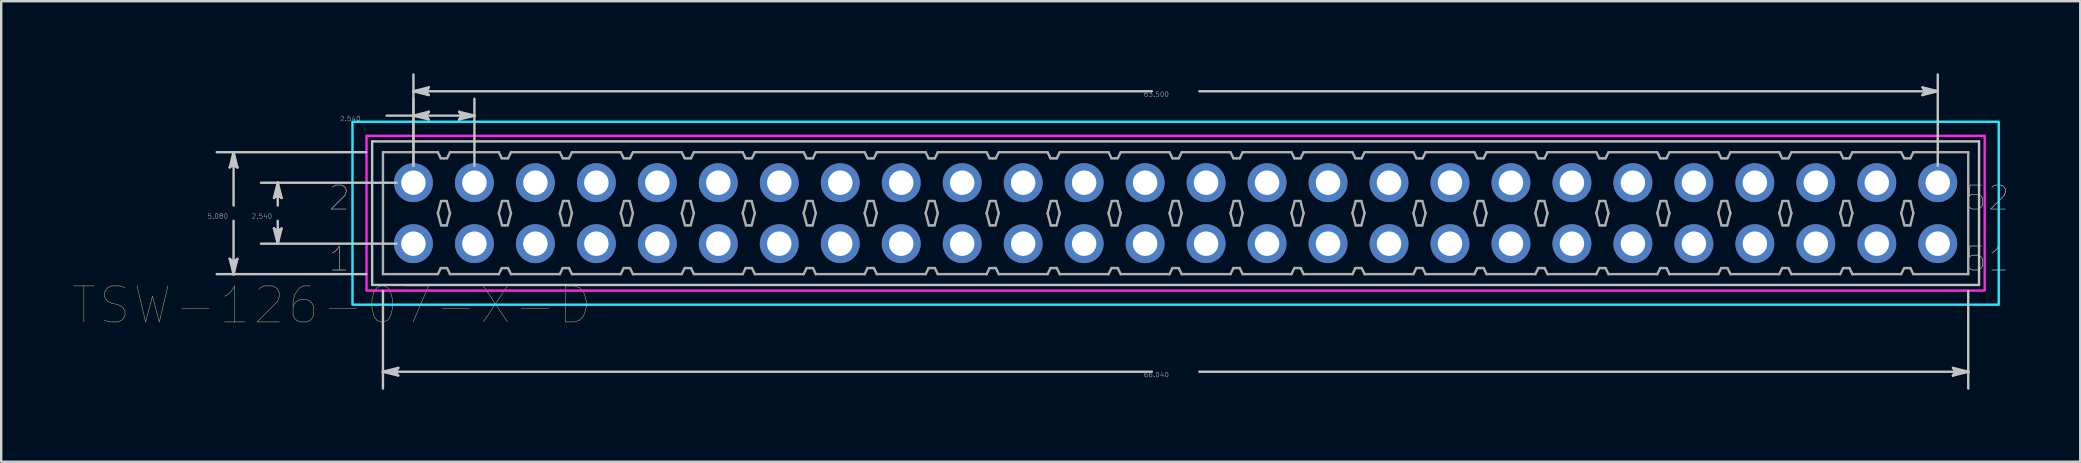
<source format=kicad_pcb>
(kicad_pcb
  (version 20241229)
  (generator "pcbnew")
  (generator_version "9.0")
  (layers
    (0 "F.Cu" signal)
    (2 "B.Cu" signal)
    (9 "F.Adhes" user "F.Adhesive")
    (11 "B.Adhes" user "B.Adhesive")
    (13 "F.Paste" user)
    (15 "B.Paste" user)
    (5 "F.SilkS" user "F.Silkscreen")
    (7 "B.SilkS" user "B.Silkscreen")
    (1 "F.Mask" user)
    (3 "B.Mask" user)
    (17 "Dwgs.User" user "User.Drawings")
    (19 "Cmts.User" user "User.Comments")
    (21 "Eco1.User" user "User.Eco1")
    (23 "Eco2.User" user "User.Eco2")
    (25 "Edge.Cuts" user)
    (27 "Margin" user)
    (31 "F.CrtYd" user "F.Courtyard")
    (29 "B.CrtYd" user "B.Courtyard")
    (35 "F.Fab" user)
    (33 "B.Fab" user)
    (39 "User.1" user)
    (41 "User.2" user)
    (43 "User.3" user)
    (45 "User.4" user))
  (footprint "TSW-126-07-X-D"
    (layer "F.Cu")
    (at 45.923 5.831)
    (property "Reference" "TSW-126-07-X-D" (at -35.157 3.837 0) (layer "F.SilkS") (effects (font (size 1.5 1.5) (thickness 0.015))))
    (attr through_hole)
    (fp_circle (center -31.75 -1.27) (end -30.889 -1.27) (stroke (width 0.1) (type solid)) (fill no) (layer "F.Mask"))
    (fp_circle (center -31.75 1.27) (end -30.889 1.27) (stroke (width 0.1) (type solid)) (fill no) (layer "F.Mask"))
    (fp_circle (center -29.21 -1.27) (end -28.349 -1.27) (stroke (width 0.1) (type solid)) (fill no) (layer "F.Mask"))
    (fp_circle (center -29.21 1.27) (end -28.349 1.27) (stroke (width 0.1) (type solid)) (fill no) (layer "F.Mask"))
    (fp_circle (center -26.67 -1.27) (end -25.809 -1.27) (stroke (width 0.1) (type solid)) (fill no) (layer "F.Mask"))
    (fp_circle (center -26.67 1.27) (end -25.809 1.27) (stroke (width 0.1) (type solid)) (fill no) (layer "F.Mask"))
    (fp_circle (center -24.13 -1.27) (end -23.269 -1.27) (stroke (width 0.1) (type solid)) (fill no) (layer "F.Mask"))
    (fp_circle (center -24.13 1.27) (end -23.269 1.27) (stroke (width 0.1) (type solid)) (fill no) (layer "F.Mask"))
    (fp_circle (center -21.59 -1.27) (end -20.729 -1.27) (stroke (width 0.1) (type solid)) (fill no) (layer "F.Mask"))
    (fp_circle (center -21.59 1.27) (end -20.729 1.27) (stroke (width 0.1) (type solid)) (fill no) (layer "F.Mask"))
    (fp_circle (center -19.05 -1.27) (end -18.189 -1.27) (stroke (width 0.1) (type solid)) (fill no) (layer "F.Mask"))
    (fp_circle (center -19.05 1.27) (end -18.189 1.27) (stroke (width 0.1) (type solid)) (fill no) (layer "F.Mask"))
    (fp_circle (center -16.51 -1.27) (end -15.649 -1.27) (stroke (width 0.1) (type solid)) (fill no) (layer "F.Mask"))
    (fp_circle (center -16.51 1.27) (end -15.649 1.27) (stroke (width 0.1) (type solid)) (fill no) (layer "F.Mask"))
    (fp_circle (center -13.97 -1.27) (end -13.109 -1.27) (stroke (width 0.1) (type solid)) (fill no) (layer "F.Mask"))
    (fp_circle (center -13.97 1.27) (end -13.109 1.27) (stroke (width 0.1) (type solid)) (fill no) (layer "F.Mask"))
    (fp_circle (center -11.43 -1.27) (end -10.569 -1.27) (stroke (width 0.1) (type solid)) (fill no) (layer "F.Mask"))
    (fp_circle (center -11.43 1.27) (end -10.569 1.27) (stroke (width 0.1) (type solid)) (fill no) (layer "F.Mask"))
    (fp_circle (center -8.89 -1.27) (end -8.029 -1.27) (stroke (width 0.1) (type solid)) (fill no) (layer "F.Mask"))
    (fp_circle (center -8.89 1.27) (end -8.029 1.27) (stroke (width 0.1) (type solid)) (fill no) (layer "F.Mask"))
    (fp_circle (center -6.35 -1.27) (end -5.489 -1.27) (stroke (width 0.1) (type solid)) (fill no) (layer "F.Mask"))
    (fp_circle (center -6.35 1.27) (end -5.489 1.27) (stroke (width 0.1) (type solid)) (fill no) (layer "F.Mask"))
    (fp_circle (center -3.81 -1.27) (end -2.949 -1.27) (stroke (width 0.1) (type solid)) (fill no) (layer "F.Mask"))
    (fp_circle (center -3.81 1.27) (end -2.949 1.27) (stroke (width 0.1) (type solid)) (fill no) (layer "F.Mask"))
    (fp_circle (center -1.27 -1.27) (end -0.409 -1.27) (stroke (width 0.1) (type solid)) (fill no) (layer "F.Mask"))
    (fp_circle (center -1.27 1.27) (end -0.409 1.27) (stroke (width 0.1) (type solid)) (fill no) (layer "F.Mask"))
    (fp_circle (center 1.27 -1.27) (end 2.131 -1.27) (stroke (width 0.1) (type solid)) (fill no) (layer "F.Mask"))
    (fp_circle (center 1.27 1.27) (end 2.131 1.27) (stroke (width 0.1) (type solid)) (fill no) (layer "F.Mask"))
    (fp_circle (center 3.81 -1.27) (end 4.671 -1.27) (stroke (width 0.1) (type solid)) (fill no) (layer "F.Mask"))
    (fp_circle (center 3.81 1.27) (end 4.671 1.27) (stroke (width 0.1) (type solid)) (fill no) (layer "F.Mask"))
    (fp_circle (center 6.35 -1.27) (end 7.211 -1.27) (stroke (width 0.1) (type solid)) (fill no) (layer "F.Mask"))
    (fp_circle (center 6.35 1.27) (end 7.211 1.27) (stroke (width 0.1) (type solid)) (fill no) (layer "F.Mask"))
    (fp_circle (center 8.89 -1.27) (end 9.751 -1.27) (stroke (width 0.1) (type solid)) (fill no) (layer "F.Mask"))
    (fp_circle (center 8.89 1.27) (end 9.751 1.27) (stroke (width 0.1) (type solid)) (fill no) (layer "F.Mask"))
    (fp_circle (center 11.43 -1.27) (end 12.291 -1.27) (stroke (width 0.1) (type solid)) (fill no) (layer "F.Mask"))
    (fp_circle (center 11.43 1.27) (end 12.291 1.27) (stroke (width 0.1) (type solid)) (fill no) (layer "F.Mask"))
    (fp_circle (center 13.97 -1.27) (end 14.831 -1.27) (stroke (width 0.1) (type solid)) (fill no) (layer "F.Mask"))
    (fp_circle (center 13.97 1.27) (end 14.831 1.27) (stroke (width 0.1) (type solid)) (fill no) (layer "F.Mask"))
    (fp_circle (center 16.51 -1.27) (end 17.371 -1.27) (stroke (width 0.1) (type solid)) (fill no) (layer "F.Mask"))
    (fp_circle (center 16.51 1.27) (end 17.371 1.27) (stroke (width 0.1) (type solid)) (fill no) (layer "F.Mask"))
    (fp_circle (center 19.05 -1.27) (end 19.911 -1.27) (stroke (width 0.1) (type solid)) (fill no) (layer "F.Mask"))
    (fp_circle (center 19.05 1.27) (end 19.911 1.27) (stroke (width 0.1) (type solid)) (fill no) (layer "F.Mask"))
    (fp_circle (center 21.59 -1.27) (end 22.451 -1.27) (stroke (width 0.1) (type solid)) (fill no) (layer "F.Mask"))
    (fp_circle (center 21.59 1.27) (end 22.451 1.27) (stroke (width 0.1) (type solid)) (fill no) (layer "F.Mask"))
    (fp_circle (center 24.13 -1.27) (end 24.991 -1.27) (stroke (width 0.1) (type solid)) (fill no) (layer "F.Mask"))
    (fp_circle (center 24.13 1.27) (end 24.991 1.27) (stroke (width 0.1) (type solid)) (fill no) (layer "F.Mask"))
    (fp_circle (center 26.67 -1.27) (end 27.531 -1.27) (stroke (width 0.1) (type solid)) (fill no) (layer "F.Mask"))
    (fp_circle (center 26.67 1.27) (end 27.531 1.27) (stroke (width 0.1) (type solid)) (fill no) (layer "F.Mask"))
    (fp_circle (center 29.21 -1.27) (end 30.071 -1.27) (stroke (width 0.1) (type solid)) (fill no) (layer "F.Mask"))
    (fp_circle (center 29.21 1.27) (end 30.071 1.27) (stroke (width 0.1) (type solid)) (fill no) (layer "F.Mask"))
    (fp_circle (center 31.75 -1.27) (end 32.611 -1.27) (stroke (width 0.1) (type solid)) (fill no) (layer "F.Mask"))
    (fp_circle (center 31.75 1.27) (end 32.611 1.27) (stroke (width 0.1) (type solid)) (fill no) (layer "F.Mask"))
    (fp_circle (center -31.75 -1.27) (end -30.889 -1.27) (stroke (width 0.1) (type solid)) (fill no) (layer "B.Mask"))
    (fp_circle (center -31.75 1.27) (end -30.889 1.27) (stroke (width 0.1) (type solid)) (fill no) (layer "B.Mask"))
    (fp_circle (center -29.21 -1.27) (end -28.349 -1.27) (stroke (width 0.1) (type solid)) (fill no) (layer "B.Mask"))
    (fp_circle (center -29.21 1.27) (end -28.349 1.27) (stroke (width 0.1) (type solid)) (fill no) (layer "B.Mask"))
    (fp_circle (center -26.67 -1.27) (end -25.809 -1.27) (stroke (width 0.1) (type solid)) (fill no) (layer "B.Mask"))
    (fp_circle (center -26.67 1.27) (end -25.809 1.27) (stroke (width 0.1) (type solid)) (fill no) (layer "B.Mask"))
    (fp_circle (center -24.13 -1.27) (end -23.269 -1.27) (stroke (width 0.1) (type solid)) (fill no) (layer "B.Mask"))
    (fp_circle (center -24.13 1.27) (end -23.269 1.27) (stroke (width 0.1) (type solid)) (fill no) (layer "B.Mask"))
    (fp_circle (center -21.59 -1.27) (end -20.729 -1.27) (stroke (width 0.1) (type solid)) (fill no) (layer "B.Mask"))
    (fp_circle (center -21.59 1.27) (end -20.729 1.27) (stroke (width 0.1) (type solid)) (fill no) (layer "B.Mask"))
    (fp_circle (center -19.05 -1.27) (end -18.189 -1.27) (stroke (width 0.1) (type solid)) (fill no) (layer "B.Mask"))
    (fp_circle (center -19.05 1.27) (end -18.189 1.27) (stroke (width 0.1) (type solid)) (fill no) (layer "B.Mask"))
    (fp_circle (center -16.51 -1.27) (end -15.649 -1.27) (stroke (width 0.1) (type solid)) (fill no) (layer "B.Mask"))
    (fp_circle (center -16.51 1.27) (end -15.649 1.27) (stroke (width 0.1) (type solid)) (fill no) (layer "B.Mask"))
    (fp_circle (center -13.97 -1.27) (end -13.109 -1.27) (stroke (width 0.1) (type solid)) (fill no) (layer "B.Mask"))
    (fp_circle (center -13.97 1.27) (end -13.109 1.27) (stroke (width 0.1) (type solid)) (fill no) (layer "B.Mask"))
    (fp_circle (center -11.43 -1.27) (end -10.569 -1.27) (stroke (width 0.1) (type solid)) (fill no) (layer "B.Mask"))
    (fp_circle (center -11.43 1.27) (end -10.569 1.27) (stroke (width 0.1) (type solid)) (fill no) (layer "B.Mask"))
    (fp_circle (center -8.89 -1.27) (end -8.029 -1.27) (stroke (width 0.1) (type solid)) (fill no) (layer "B.Mask"))
    (fp_circle (center -8.89 1.27) (end -8.029 1.27) (stroke (width 0.1) (type solid)) (fill no) (layer "B.Mask"))
    (fp_circle (center -6.35 -1.27) (end -5.489 -1.27) (stroke (width 0.1) (type solid)) (fill no) (layer "B.Mask"))
    (fp_circle (center -6.35 1.27) (end -5.489 1.27) (stroke (width 0.1) (type solid)) (fill no) (layer "B.Mask"))
    (fp_circle (center -3.81 -1.27) (end -2.949 -1.27) (stroke (width 0.1) (type solid)) (fill no) (layer "B.Mask"))
    (fp_circle (center -3.81 1.27) (end -2.949 1.27) (stroke (width 0.1) (type solid)) (fill no) (layer "B.Mask"))
    (fp_circle (center -1.27 -1.27) (end -0.409 -1.27) (stroke (width 0.1) (type solid)) (fill no) (layer "B.Mask"))
    (fp_circle (center -1.27 1.27) (end -0.409 1.27) (stroke (width 0.1) (type solid)) (fill no) (layer "B.Mask"))
    (fp_circle (center 1.27 -1.27) (end 2.131 -1.27) (stroke (width 0.1) (type solid)) (fill no) (layer "B.Mask"))
    (fp_circle (center 1.27 1.27) (end 2.131 1.27) (stroke (width 0.1) (type solid)) (fill no) (layer "B.Mask"))
    (fp_circle (center 3.81 -1.27) (end 4.671 -1.27) (stroke (width 0.1) (type solid)) (fill no) (layer "B.Mask"))
    (fp_circle (center 3.81 1.27) (end 4.671 1.27) (stroke (width 0.1) (type solid)) (fill no) (layer "B.Mask"))
    (fp_circle (center 6.35 -1.27) (end 7.211 -1.27) (stroke (width 0.1) (type solid)) (fill no) (layer "B.Mask"))
    (fp_circle (center 6.35 1.27) (end 7.211 1.27) (stroke (width 0.1) (type solid)) (fill no) (layer "B.Mask"))
    (fp_circle (center 8.89 -1.27) (end 9.751 -1.27) (stroke (width 0.1) (type solid)) (fill no) (layer "B.Mask"))
    (fp_circle (center 8.89 1.27) (end 9.751 1.27) (stroke (width 0.1) (type solid)) (fill no) (layer "B.Mask"))
    (fp_circle (center 11.43 -1.27) (end 12.291 -1.27) (stroke (width 0.1) (type solid)) (fill no) (layer "B.Mask"))
    (fp_circle (center 11.43 1.27) (end 12.291 1.27) (stroke (width 0.1) (type solid)) (fill no) (layer "B.Mask"))
    (fp_circle (center 13.97 -1.27) (end 14.831 -1.27) (stroke (width 0.1) (type solid)) (fill no) (layer "B.Mask"))
    (fp_circle (center 13.97 1.27) (end 14.831 1.27) (stroke (width 0.1) (type solid)) (fill no) (layer "B.Mask"))
    (fp_circle (center 16.51 -1.27) (end 17.371 -1.27) (stroke (width 0.1) (type solid)) (fill no) (layer "B.Mask"))
    (fp_circle (center 16.51 1.27) (end 17.371 1.27) (stroke (width 0.1) (type solid)) (fill no) (layer "B.Mask"))
    (fp_circle (center 19.05 -1.27) (end 19.911 -1.27) (stroke (width 0.1) (type solid)) (fill no) (layer "B.Mask"))
    (fp_circle (center 19.05 1.27) (end 19.911 1.27) (stroke (width 0.1) (type solid)) (fill no) (layer "B.Mask"))
    (fp_circle (center 21.59 -1.27) (end 22.451 -1.27) (stroke (width 0.1) (type solid)) (fill no) (layer "B.Mask"))
    (fp_circle (center 21.59 1.27) (end 22.451 1.27) (stroke (width 0.1) (type solid)) (fill no) (layer "B.Mask"))
    (fp_circle (center 24.13 -1.27) (end 24.991 -1.27) (stroke (width 0.1) (type solid)) (fill no) (layer "B.Mask"))
    (fp_circle (center 24.13 1.27) (end 24.991 1.27) (stroke (width 0.1) (type solid)) (fill no) (layer "B.Mask"))
    (fp_circle (center 26.67 -1.27) (end 27.531 -1.27) (stroke (width 0.1) (type solid)) (fill no) (layer "B.Mask"))
    (fp_circle (center 26.67 1.27) (end 27.531 1.27) (stroke (width 0.1) (type solid)) (fill no) (layer "B.Mask"))
    (fp_circle (center 29.21 -1.27) (end 30.071 -1.27) (stroke (width 0.1) (type solid)) (fill no) (layer "B.Mask"))
    (fp_circle (center 29.21 1.27) (end 30.071 1.27) (stroke (width 0.1) (type solid)) (fill no) (layer "B.Mask"))
    (fp_circle (center 31.75 -1.27) (end 32.611 -1.27) (stroke (width 0.1) (type solid)) (fill no) (layer "B.Mask"))
    (fp_circle (center 31.75 1.27) (end 32.611 1.27) (stroke (width 0.1) (type solid)) (fill no) (layer "B.Mask"))
    (fp_line (start -39.402 -1.905) (end -39.243 -2.032) (stroke (width 0.1) (type solid)) (layer "Dwgs.User"))
    (fp_line (start -39.402 1.905) (end -39.243 2.54) (stroke (width 0.1) (type solid)) (layer "Dwgs.User"))
    (fp_line (start -39.322 -1.968) (end -39.243 -2.032) (stroke (width 0.1) (type solid)) (layer "Dwgs.User"))
    (fp_line (start -39.322 1.968) (end -39.402 1.905) (stroke (width 0.1) (type solid)) (layer "Dwgs.User"))
    (fp_line (start -39.243 -2.54) (end -39.402 -1.905) (stroke (width 0.1) (type solid)) (layer "Dwgs.User"))
    (fp_line (start -39.243 -2.54) (end -39.322 -1.968) (stroke (width 0.1) (type solid)) (layer "Dwgs.User"))
    (fp_line (start -39.243 -2.54) (end -39.164 -1.968) (stroke (width 0.1) (type solid)) (layer "Dwgs.User"))
    (fp_line (start -39.243 -2.032) (end -39.243 -2.54) (stroke (width 0.1) (type solid)) (layer "Dwgs.User"))
    (fp_line (start -39.243 -2.032) (end -39.084 -1.905) (stroke (width 0.1) (type solid)) (layer "Dwgs.User"))
    (fp_line (start -39.243 -0.318) (end -39.243 -2.54) (stroke (width 0.1) (type solid)) (layer "Dwgs.User"))
    (fp_line (start -39.243 0.318) (end -39.243 2.54) (stroke (width 0.1) (type solid)) (layer "Dwgs.User"))
    (fp_line (start -39.243 2.032) (end -39.402 1.905) (stroke (width 0.1) (type solid)) (layer "Dwgs.User"))
    (fp_line (start -39.243 2.032) (end -39.243 2.54) (stroke (width 0.1) (type solid)) (layer "Dwgs.User"))
    (fp_line (start -39.243 2.54) (end -39.322 1.968) (stroke (width 0.1) (type solid)) (layer "Dwgs.User"))
    (fp_line (start -39.243 2.54) (end -39.164 1.968) (stroke (width 0.1) (type solid)) (layer "Dwgs.User"))
    (fp_line (start -39.243 2.54) (end -39.084 1.905) (stroke (width 0.1) (type solid)) (layer "Dwgs.User"))
    (fp_line (start -39.164 -1.968) (end -39.084 -1.905) (stroke (width 0.1) (type solid)) (layer "Dwgs.User"))
    (fp_line (start -39.164 1.968) (end -39.243 2.032) (stroke (width 0.1) (type solid)) (layer "Dwgs.User"))
    (fp_line (start -39.084 -1.905) (end -39.243 -2.54) (stroke (width 0.1) (type solid)) (layer "Dwgs.User"))
    (fp_line (start -39.084 1.905) (end -39.243 2.032) (stroke (width 0.1) (type solid)) (layer "Dwgs.User"))
    (fp_line (start -37.56 -0.635) (end -37.402 -0.762) (stroke (width 0.1) (type solid)) (layer "Dwgs.User"))
    (fp_line (start -37.56 0.635) (end -37.402 1.27) (stroke (width 0.1) (type solid)) (layer "Dwgs.User"))
    (fp_line (start -37.481 -0.698) (end -37.402 -0.762) (stroke (width 0.1) (type solid)) (layer "Dwgs.User"))
    (fp_line (start -37.481 0.698) (end -37.56 0.635) (stroke (width 0.1) (type solid)) (layer "Dwgs.User"))
    (fp_line (start -37.402 -1.27) (end -37.56 -0.635) (stroke (width 0.1) (type solid)) (layer "Dwgs.User"))
    (fp_line (start -37.402 -1.27) (end -37.481 -0.698) (stroke (width 0.1) (type solid)) (layer "Dwgs.User"))
    (fp_line (start -37.402 -1.27) (end -37.322 -0.698) (stroke (width 0.1) (type solid)) (layer "Dwgs.User"))
    (fp_line (start -37.402 -0.762) (end -37.402 -1.27) (stroke (width 0.1) (type solid)) (layer "Dwgs.User"))
    (fp_line (start -37.402 -0.762) (end -37.243 -0.635) (stroke (width 0.1) (type solid)) (layer "Dwgs.User"))
    (fp_line (start -37.402 -0.318) (end -37.402 -1.27) (stroke (width 0.1) (type solid)) (layer "Dwgs.User"))
    (fp_line (start -37.402 0.318) (end -37.402 1.27) (stroke (width 0.1) (type solid)) (layer "Dwgs.User"))
    (fp_line (start -37.402 0.762) (end -37.56 0.635) (stroke (width 0.1) (type solid)) (layer "Dwgs.User"))
    (fp_line (start -37.402 0.762) (end -37.402 1.27) (stroke (width 0.1) (type solid)) (layer "Dwgs.User"))
    (fp_line (start -37.402 1.27) (end -37.481 0.698) (stroke (width 0.1) (type solid)) (layer "Dwgs.User"))
    (fp_line (start -37.402 1.27) (end -37.322 0.698) (stroke (width 0.1) (type solid)) (layer "Dwgs.User"))
    (fp_line (start -37.402 1.27) (end -37.243 0.635) (stroke (width 0.1) (type solid)) (layer "Dwgs.User"))
    (fp_line (start -37.322 -0.698) (end -37.243 -0.635) (stroke (width 0.1) (type solid)) (layer "Dwgs.User"))
    (fp_line (start -37.322 0.698) (end -37.402 0.762) (stroke (width 0.1) (type solid)) (layer "Dwgs.User"))
    (fp_line (start -37.243 -0.635) (end -37.402 -1.27) (stroke (width 0.1) (type solid)) (layer "Dwgs.User"))
    (fp_line (start -37.243 0.635) (end -37.402 0.762) (stroke (width 0.1) (type solid)) (layer "Dwgs.User"))
    (fp_line (start -33.721 -2.54) (end -39.944 -2.54) (stroke (width 0.1) (type solid)) (layer "Dwgs.User"))
    (fp_line (start -33.721 2.54) (end -39.944 2.54) (stroke (width 0.1) (type solid)) (layer "Dwgs.User"))
    (fp_line (start -33.47 -2.99) (end -33.47 2.99) (stroke (width 0.1) (type solid)) (layer "Dwgs.User"))
    (fp_line (start -33.47 2.99) (end 33.47 2.99) (stroke (width 0.1) (type solid)) (layer "Dwgs.User"))
    (fp_line (start -33.02 3.241) (end -33.02 7.305) (stroke (width 0.1) (type solid)) (layer "Dwgs.User"))
    (fp_line (start -33.02 6.604) (end -32.448 6.525) (stroke (width 0.1) (type solid)) (layer "Dwgs.User"))
    (fp_line (start -33.02 6.604) (end -32.448 6.683) (stroke (width 0.1) (type solid)) (layer "Dwgs.User"))
    (fp_line (start -33.02 6.604) (end -32.385 6.763) (stroke (width 0.1) (type solid)) (layer "Dwgs.User"))
    (fp_line (start -32.868 -4.064) (end -31.75 -4.064) (stroke (width 0.1) (type solid)) (layer "Dwgs.User"))
    (fp_line (start -32.512 6.604) (end -33.02 6.604) (stroke (width 0.1) (type solid)) (layer "Dwgs.User"))
    (fp_line (start -32.512 6.604) (end -32.385 6.445) (stroke (width 0.1) (type solid)) (layer "Dwgs.User"))
    (fp_line (start -32.451 -1.27) (end -38.103 -1.27) (stroke (width 0.1) (type solid)) (layer "Dwgs.User"))
    (fp_line (start -32.451 1.27) (end -38.103 1.27) (stroke (width 0.1) (type solid)) (layer "Dwgs.User"))
    (fp_line (start -32.448 6.525) (end -32.385 6.445) (stroke (width 0.1) (type solid)) (layer "Dwgs.User"))
    (fp_line (start -32.448 6.683) (end -32.512 6.604) (stroke (width 0.1) (type solid)) (layer "Dwgs.User"))
    (fp_line (start -32.385 6.445) (end -33.02 6.604) (stroke (width 0.1) (type solid)) (layer "Dwgs.User"))
    (fp_line (start -32.385 6.763) (end -32.512 6.604) (stroke (width 0.1) (type solid)) (layer "Dwgs.User"))
    (fp_line (start -31.75 -5.08) (end -31.178 -5.159) (stroke (width 0.1) (type solid)) (layer "Dwgs.User"))
    (fp_line (start -31.75 -5.08) (end -31.178 -5.001) (stroke (width 0.1) (type solid)) (layer "Dwgs.User"))
    (fp_line (start -31.75 -5.08) (end -31.115 -4.921) (stroke (width 0.1) (type solid)) (layer "Dwgs.User"))
    (fp_line (start -31.75 -4.064) (end -31.178 -4.143) (stroke (width 0.1) (type solid)) (layer "Dwgs.User"))
    (fp_line (start -31.75 -4.064) (end -31.178 -3.985) (stroke (width 0.1) (type solid)) (layer "Dwgs.User"))
    (fp_line (start -31.75 -4.064) (end -31.115 -3.905) (stroke (width 0.1) (type solid)) (layer "Dwgs.User"))
    (fp_line (start -31.75 -4.064) (end -29.21 -4.064) (stroke (width 0.1) (type solid)) (layer "Dwgs.User"))
    (fp_line (start -31.75 -1.971) (end -31.75 -5.781) (stroke (width 0.1) (type solid)) (layer "Dwgs.User"))
    (fp_line (start -31.75 -1.971) (end -31.75 -4.765) (stroke (width 0.1) (type solid)) (layer "Dwgs.User"))
    (fp_line (start -31.242 -5.08) (end -31.75 -5.08) (stroke (width 0.1) (type solid)) (layer "Dwgs.User"))
    (fp_line (start -31.242 -5.08) (end -31.115 -5.239) (stroke (width 0.1) (type solid)) (layer "Dwgs.User"))
    (fp_line (start -31.242 -4.064) (end -31.75 -4.064) (stroke (width 0.1) (type solid)) (layer "Dwgs.User"))
    (fp_line (start -31.242 -4.064) (end -31.115 -4.223) (stroke (width 0.1) (type solid)) (layer "Dwgs.User"))
    (fp_line (start -31.178 -5.159) (end -31.115 -5.239) (stroke (width 0.1) (type solid)) (layer "Dwgs.User"))
    (fp_line (start -31.178 -5.001) (end -31.242 -5.08) (stroke (width 0.1) (type solid)) (layer "Dwgs.User"))
    (fp_line (start -31.178 -4.143) (end -31.115 -4.223) (stroke (width 0.1) (type solid)) (layer "Dwgs.User"))
    (fp_line (start -31.178 -3.985) (end -31.242 -4.064) (stroke (width 0.1) (type solid)) (layer "Dwgs.User"))
    (fp_line (start -31.115 -5.239) (end -31.75 -5.08) (stroke (width 0.1) (type solid)) (layer "Dwgs.User"))
    (fp_line (start -31.115 -4.921) (end -31.242 -5.08) (stroke (width 0.1) (type solid)) (layer "Dwgs.User"))
    (fp_line (start -31.115 -4.223) (end -31.75 -4.064) (stroke (width 0.1) (type solid)) (layer "Dwgs.User"))
    (fp_line (start -31.115 -3.905) (end -31.242 -4.064) (stroke (width 0.1) (type solid)) (layer "Dwgs.User"))
    (fp_line (start -29.845 -4.223) (end -29.718 -4.064) (stroke (width 0.1) (type solid)) (layer "Dwgs.User"))
    (fp_line (start -29.845 -3.905) (end -29.21 -4.064) (stroke (width 0.1) (type solid)) (layer "Dwgs.User"))
    (fp_line (start -29.782 -4.143) (end -29.718 -4.064) (stroke (width 0.1) (type solid)) (layer "Dwgs.User"))
    (fp_line (start -29.782 -3.985) (end -29.845 -3.905) (stroke (width 0.1) (type solid)) (layer "Dwgs.User"))
    (fp_line (start -29.718 -4.064) (end -29.845 -3.905) (stroke (width 0.1) (type solid)) (layer "Dwgs.User"))
    (fp_line (start -29.718 -4.064) (end -29.21 -4.064) (stroke (width 0.1) (type solid)) (layer "Dwgs.User"))
    (fp_line (start -29.21 -4.064) (end -29.845 -4.223) (stroke (width 0.1) (type solid)) (layer "Dwgs.User"))
    (fp_line (start -29.21 -4.064) (end -29.782 -4.143) (stroke (width 0.1) (type solid)) (layer "Dwgs.User"))
    (fp_line (start -29.21 -4.064) (end -29.782 -3.985) (stroke (width 0.1) (type solid)) (layer "Dwgs.User"))
    (fp_line (start -29.21 -1.971) (end -29.21 -4.765) (stroke (width 0.1) (type solid)) (layer "Dwgs.User"))
    (fp_line (start -0.991 -5.08) (end -31.75 -5.08) (stroke (width 0.1) (type solid)) (layer "Dwgs.User"))
    (fp_line (start -0.991 6.604) (end -33.02 6.604) (stroke (width 0.1) (type solid)) (layer "Dwgs.User"))
    (fp_line (start 0.991 -5.08) (end 31.75 -5.08) (stroke (width 0.1) (type solid)) (layer "Dwgs.User"))
    (fp_line (start 0.991 6.604) (end 33.02 6.604) (stroke (width 0.1) (type solid)) (layer "Dwgs.User"))
    (fp_line (start 31.115 -5.239) (end 31.242 -5.08) (stroke (width 0.1) (type solid)) (layer "Dwgs.User"))
    (fp_line (start 31.115 -4.921) (end 31.75 -5.08) (stroke (width 0.1) (type solid)) (layer "Dwgs.User"))
    (fp_line (start 31.178 -5.159) (end 31.242 -5.08) (stroke (width 0.1) (type solid)) (layer "Dwgs.User"))
    (fp_line (start 31.178 -5.001) (end 31.115 -4.921) (stroke (width 0.1) (type solid)) (layer "Dwgs.User"))
    (fp_line (start 31.242 -5.08) (end 31.115 -4.921) (stroke (width 0.1) (type solid)) (layer "Dwgs.User"))
    (fp_line (start 31.242 -5.08) (end 31.75 -5.08) (stroke (width 0.1) (type solid)) (layer "Dwgs.User"))
    (fp_line (start 31.75 -5.08) (end 31.115 -5.239) (stroke (width 0.1) (type solid)) (layer "Dwgs.User"))
    (fp_line (start 31.75 -5.08) (end 31.178 -5.159) (stroke (width 0.1) (type solid)) (layer "Dwgs.User"))
    (fp_line (start 31.75 -5.08) (end 31.178 -5.001) (stroke (width 0.1) (type solid)) (layer "Dwgs.User"))
    (fp_line (start 31.75 -1.971) (end 31.75 -5.781) (stroke (width 0.1) (type solid)) (layer "Dwgs.User"))
    (fp_line (start 32.385 6.445) (end 32.512 6.604) (stroke (width 0.1) (type solid)) (layer "Dwgs.User"))
    (fp_line (start 32.385 6.763) (end 33.02 6.604) (stroke (width 0.1) (type solid)) (layer "Dwgs.User"))
    (fp_line (start 32.448 6.525) (end 32.512 6.604) (stroke (width 0.1) (type solid)) (layer "Dwgs.User"))
    (fp_line (start 32.448 6.683) (end 32.385 6.763) (stroke (width 0.1) (type solid)) (layer "Dwgs.User"))
    (fp_line (start 32.512 6.604) (end 32.385 6.763) (stroke (width 0.1) (type solid)) (layer "Dwgs.User"))
    (fp_line (start 32.512 6.604) (end 33.02 6.604) (stroke (width 0.1) (type solid)) (layer "Dwgs.User"))
    (fp_line (start 33.02 3.241) (end 33.02 7.305) (stroke (width 0.1) (type solid)) (layer "Dwgs.User"))
    (fp_line (start 33.02 6.604) (end 32.385 6.445) (stroke (width 0.1) (type solid)) (layer "Dwgs.User"))
    (fp_line (start 33.02 6.604) (end 32.448 6.525) (stroke (width 0.1) (type solid)) (layer "Dwgs.User"))
    (fp_line (start 33.02 6.604) (end 32.448 6.683) (stroke (width 0.1) (type solid)) (layer "Dwgs.User"))
    (fp_line (start 33.47 -2.99) (end -33.47 -2.99) (stroke (width 0.1) (type solid)) (layer "Dwgs.User"))
    (fp_line (start 33.47 2.99) (end 33.47 -2.99) (stroke (width 0.1) (type solid)) (layer "Dwgs.User"))
    (fp_poly (pts (xy -34.29 3.81) (xy -34.29 -3.81) (xy 34.29 -3.81) (xy 34.29 3.81) (xy -34.29 3.81)) (stroke (width 0.1) (type solid)) (fill no) (layer "B.CrtYd"))
    (fp_poly (pts (xy -33.705 3.225) (xy -33.705 -3.225) (xy 33.705 -3.225) (xy 33.705 3.225) (xy -33.705 3.225)) (stroke (width 0.1) (type solid)) (fill no) (layer "F.CrtYd"))
    (fp_line (start -33.02 -2.54) (end -33.02 2.54) (stroke (width 0.1) (type solid)) (layer "F.Fab"))
    (fp_line (start -33.02 2.54) (end -30.734 2.54) (stroke (width 0.1) (type solid)) (layer "F.Fab"))
    (fp_line (start -32.068 -0.952) (end -32.068 -1.588) (stroke (width 0.1) (type solid)) (layer "F.Fab"))
    (fp_line (start -32.068 1.588) (end -32.068 0.952) (stroke (width 0.1) (type solid)) (layer "F.Fab"))
    (fp_line (start -31.432 -1.588) (end -32.068 -1.588) (stroke (width 0.1) (type solid)) (layer "F.Fab"))
    (fp_line (start -31.432 -0.952) (end -32.068 -0.952) (stroke (width 0.1) (type solid)) (layer "F.Fab"))
    (fp_line (start -31.432 -0.952) (end -31.432 -1.588) (stroke (width 0.1) (type solid)) (layer "F.Fab"))
    (fp_line (start -31.432 0.952) (end -32.068 0.952) (stroke (width 0.1) (type solid)) (layer "F.Fab"))
    (fp_line (start -31.432 1.588) (end -32.068 1.588) (stroke (width 0.1) (type solid)) (layer "F.Fab"))
    (fp_line (start -31.432 1.588) (end -31.432 0.952) (stroke (width 0.1) (type solid)) (layer "F.Fab"))
    (fp_line (start -30.734 -2.54) (end -33.02 -2.54) (stroke (width 0.1) (type solid)) (layer "F.Fab"))
    (fp_line (start -30.734 -2.54) (end -30.61 -2.286) (stroke (width 0.1) (type solid)) (layer "F.Fab"))
    (fp_line (start -30.734 0) (end -30.597 0.508) (stroke (width 0.1) (type solid)) (layer "F.Fab"))
    (fp_line (start -30.734 2.54) (end -30.61 2.286) (stroke (width 0.1) (type solid)) (layer "F.Fab"))
    (fp_line (start -30.61 -2.286) (end -30.48 -2.286) (stroke (width 0.1) (type solid)) (layer "F.Fab"))
    (fp_line (start -30.61 2.286) (end -30.48 2.286) (stroke (width 0.1) (type solid)) (layer "F.Fab"))
    (fp_line (start -30.597 -0.508) (end -30.734 0) (stroke (width 0.1) (type solid)) (layer "F.Fab"))
    (fp_line (start -30.48 -2.286) (end -30.35 -2.286) (stroke (width 0.1) (type solid)) (layer "F.Fab"))
    (fp_line (start -30.48 -0.508) (end -30.597 -0.508) (stroke (width 0.1) (type solid)) (layer "F.Fab"))
    (fp_line (start -30.48 -0.508) (end -30.363 -0.508) (stroke (width 0.1) (type solid)) (layer "F.Fab"))
    (fp_line (start -30.48 0.508) (end -30.597 0.508) (stroke (width 0.1) (type solid)) (layer "F.Fab"))
    (fp_line (start -30.48 0.508) (end -30.363 0.508) (stroke (width 0.1) (type solid)) (layer "F.Fab"))
    (fp_line (start -30.363 -0.508) (end -30.226 0) (stroke (width 0.1) (type solid)) (layer "F.Fab"))
    (fp_line (start -30.35 2.286) (end -30.48 2.286) (stroke (width 0.1) (type solid)) (layer "F.Fab"))
    (fp_line (start -30.226 -2.54) (end -30.35 -2.286) (stroke (width 0.1) (type solid)) (layer "F.Fab"))
    (fp_line (start -30.226 0) (end -30.363 0.508) (stroke (width 0.1) (type solid)) (layer "F.Fab"))
    (fp_line (start -30.226 2.54) (end -30.35 2.286) (stroke (width 0.1) (type solid)) (layer "F.Fab"))
    (fp_line (start -30.226 2.54) (end -28.194 2.54) (stroke (width 0.1) (type solid)) (layer "F.Fab"))
    (fp_line (start -29.528 -0.952) (end -29.528 -1.588) (stroke (width 0.1) (type solid)) (layer "F.Fab"))
    (fp_line (start -29.528 1.588) (end -29.528 0.952) (stroke (width 0.1) (type solid)) (layer "F.Fab"))
    (fp_line (start -28.892 -1.588) (end -29.528 -1.588) (stroke (width 0.1) (type solid)) (layer "F.Fab"))
    (fp_line (start -28.892 -0.952) (end -29.528 -0.952) (stroke (width 0.1) (type solid)) (layer "F.Fab"))
    (fp_line (start -28.892 -0.952) (end -28.892 -1.588) (stroke (width 0.1) (type solid)) (layer "F.Fab"))
    (fp_line (start -28.892 0.952) (end -29.528 0.952) (stroke (width 0.1) (type solid)) (layer "F.Fab"))
    (fp_line (start -28.892 1.588) (end -29.528 1.588) (stroke (width 0.1) (type solid)) (layer "F.Fab"))
    (fp_line (start -28.892 1.588) (end -28.892 0.952) (stroke (width 0.1) (type solid)) (layer "F.Fab"))
    (fp_line (start -28.194 -2.54) (end -30.226 -2.54) (stroke (width 0.1) (type solid)) (layer "F.Fab"))
    (fp_line (start -28.194 -2.54) (end -28.07 -2.286) (stroke (width 0.1) (type solid)) (layer "F.Fab"))
    (fp_line (start -28.194 0) (end -28.057 0.508) (stroke (width 0.1) (type solid)) (layer "F.Fab"))
    (fp_line (start -28.194 2.54) (end -28.07 2.286) (stroke (width 0.1) (type solid)) (layer "F.Fab"))
    (fp_line (start -28.07 -2.286) (end -27.94 -2.286) (stroke (width 0.1) (type solid)) (layer "F.Fab"))
    (fp_line (start -28.07 2.286) (end -27.94 2.286) (stroke (width 0.1) (type solid)) (layer "F.Fab"))
    (fp_line (start -28.057 -0.508) (end -28.194 0) (stroke (width 0.1) (type solid)) (layer "F.Fab"))
    (fp_line (start -27.94 -2.286) (end -27.81 -2.286) (stroke (width 0.1) (type solid)) (layer "F.Fab"))
    (fp_line (start -27.94 -0.508) (end -28.057 -0.508) (stroke (width 0.1) (type solid)) (layer "F.Fab"))
    (fp_line (start -27.94 -0.508) (end -27.823 -0.508) (stroke (width 0.1) (type solid)) (layer "F.Fab"))
    (fp_line (start -27.94 0.508) (end -28.057 0.508) (stroke (width 0.1) (type solid)) (layer "F.Fab"))
    (fp_line (start -27.94 0.508) (end -27.823 0.508) (stroke (width 0.1) (type solid)) (layer "F.Fab"))
    (fp_line (start -27.823 -0.508) (end -27.686 0) (stroke (width 0.1) (type solid)) (layer "F.Fab"))
    (fp_line (start -27.81 2.286) (end -27.94 2.286) (stroke (width 0.1) (type solid)) (layer "F.Fab"))
    (fp_line (start -27.686 -2.54) (end -27.81 -2.286) (stroke (width 0.1) (type solid)) (layer "F.Fab"))
    (fp_line (start -27.686 0) (end -27.823 0.508) (stroke (width 0.1) (type solid)) (layer "F.Fab"))
    (fp_line (start -27.686 2.54) (end -27.81 2.286) (stroke (width 0.1) (type solid)) (layer "F.Fab"))
    (fp_line (start -27.686 2.54) (end -25.654 2.54) (stroke (width 0.1) (type solid)) (layer "F.Fab"))
    (fp_line (start -26.988 -0.952) (end -26.988 -1.588) (stroke (width 0.1) (type solid)) (layer "F.Fab"))
    (fp_line (start -26.988 1.588) (end -26.988 0.952) (stroke (width 0.1) (type solid)) (layer "F.Fab"))
    (fp_line (start -26.352 -1.588) (end -26.988 -1.588) (stroke (width 0.1) (type solid)) (layer "F.Fab"))
    (fp_line (start -26.352 -0.952) (end -26.988 -0.952) (stroke (width 0.1) (type solid)) (layer "F.Fab"))
    (fp_line (start -26.352 -0.952) (end -26.352 -1.588) (stroke (width 0.1) (type solid)) (layer "F.Fab"))
    (fp_line (start -26.352 0.952) (end -26.988 0.952) (stroke (width 0.1) (type solid)) (layer "F.Fab"))
    (fp_line (start -26.352 1.588) (end -26.988 1.588) (stroke (width 0.1) (type solid)) (layer "F.Fab"))
    (fp_line (start -26.352 1.588) (end -26.352 0.952) (stroke (width 0.1) (type solid)) (layer "F.Fab"))
    (fp_line (start -25.654 -2.54) (end -27.686 -2.54) (stroke (width 0.1) (type solid)) (layer "F.Fab"))
    (fp_line (start -25.654 -2.54) (end -25.53 -2.286) (stroke (width 0.1) (type solid)) (layer "F.Fab"))
    (fp_line (start -25.654 0) (end -25.517 0.508) (stroke (width 0.1) (type solid)) (layer "F.Fab"))
    (fp_line (start -25.654 2.54) (end -25.53 2.286) (stroke (width 0.1) (type solid)) (layer "F.Fab"))
    (fp_line (start -25.53 -2.286) (end -25.4 -2.286) (stroke (width 0.1) (type solid)) (layer "F.Fab"))
    (fp_line (start -25.53 2.286) (end -25.4 2.286) (stroke (width 0.1) (type solid)) (layer "F.Fab"))
    (fp_line (start -25.517 -0.508) (end -25.654 0) (stroke (width 0.1) (type solid)) (layer "F.Fab"))
    (fp_line (start -25.4 -2.286) (end -25.27 -2.286) (stroke (width 0.1) (type solid)) (layer "F.Fab"))
    (fp_line (start -25.4 -0.508) (end -25.517 -0.508) (stroke (width 0.1) (type solid)) (layer "F.Fab"))
    (fp_line (start -25.4 -0.508) (end -25.283 -0.508) (stroke (width 0.1) (type solid)) (layer "F.Fab"))
    (fp_line (start -25.4 0.508) (end -25.517 0.508) (stroke (width 0.1) (type solid)) (layer "F.Fab"))
    (fp_line (start -25.4 0.508) (end -25.283 0.508) (stroke (width 0.1) (type solid)) (layer "F.Fab"))
    (fp_line (start -25.283 -0.508) (end -25.146 0) (stroke (width 0.1) (type solid)) (layer "F.Fab"))
    (fp_line (start -25.27 2.286) (end -25.4 2.286) (stroke (width 0.1) (type solid)) (layer "F.Fab"))
    (fp_line (start -25.146 -2.54) (end -25.27 -2.286) (stroke (width 0.1) (type solid)) (layer "F.Fab"))
    (fp_line (start -25.146 0) (end -25.283 0.508) (stroke (width 0.1) (type solid)) (layer "F.Fab"))
    (fp_line (start -25.146 2.54) (end -25.27 2.286) (stroke (width 0.1) (type solid)) (layer "F.Fab"))
    (fp_line (start -25.146 2.54) (end -23.114 2.54) (stroke (width 0.1) (type solid)) (layer "F.Fab"))
    (fp_line (start -24.448 -0.952) (end -24.448 -1.588) (stroke (width 0.1) (type solid)) (layer "F.Fab"))
    (fp_line (start -24.448 1.588) (end -24.448 0.952) (stroke (width 0.1) (type solid)) (layer "F.Fab"))
    (fp_line (start -23.812 -1.588) (end -24.448 -1.588) (stroke (width 0.1) (type solid)) (layer "F.Fab"))
    (fp_line (start -23.812 -0.952) (end -24.448 -0.952) (stroke (width 0.1) (type solid)) (layer "F.Fab"))
    (fp_line (start -23.812 -0.952) (end -23.812 -1.588) (stroke (width 0.1) (type solid)) (layer "F.Fab"))
    (fp_line (start -23.812 0.952) (end -24.448 0.952) (stroke (width 0.1) (type solid)) (layer "F.Fab"))
    (fp_line (start -23.812 1.588) (end -24.448 1.588) (stroke (width 0.1) (type solid)) (layer "F.Fab"))
    (fp_line (start -23.812 1.588) (end -23.812 0.952) (stroke (width 0.1) (type solid)) (layer "F.Fab"))
    (fp_line (start -23.114 -2.54) (end -25.146 -2.54) (stroke (width 0.1) (type solid)) (layer "F.Fab"))
    (fp_line (start -23.114 -2.54) (end -22.99 -2.286) (stroke (width 0.1) (type solid)) (layer "F.Fab"))
    (fp_line (start -23.114 0) (end -22.977 0.508) (stroke (width 0.1) (type solid)) (layer "F.Fab"))
    (fp_line (start -23.114 2.54) (end -22.99 2.286) (stroke (width 0.1) (type solid)) (layer "F.Fab"))
    (fp_line (start -22.99 -2.286) (end -22.86 -2.286) (stroke (width 0.1) (type solid)) (layer "F.Fab"))
    (fp_line (start -22.99 2.286) (end -22.86 2.286) (stroke (width 0.1) (type solid)) (layer "F.Fab"))
    (fp_line (start -22.977 -0.508) (end -23.114 0) (stroke (width 0.1) (type solid)) (layer "F.Fab"))
    (fp_line (start -22.86 -2.286) (end -22.73 -2.286) (stroke (width 0.1) (type solid)) (layer "F.Fab"))
    (fp_line (start -22.86 -0.508) (end -22.977 -0.508) (stroke (width 0.1) (type solid)) (layer "F.Fab"))
    (fp_line (start -22.86 -0.508) (end -22.743 -0.508) (stroke (width 0.1) (type solid)) (layer "F.Fab"))
    (fp_line (start -22.86 0.508) (end -22.977 0.508) (stroke (width 0.1) (type solid)) (layer "F.Fab"))
    (fp_line (start -22.86 0.508) (end -22.743 0.508) (stroke (width 0.1) (type solid)) (layer "F.Fab"))
    (fp_line (start -22.743 -0.508) (end -22.606 0) (stroke (width 0.1) (type solid)) (layer "F.Fab"))
    (fp_line (start -22.73 2.286) (end -22.86 2.286) (stroke (width 0.1) (type solid)) (layer "F.Fab"))
    (fp_line (start -22.606 -2.54) (end -22.73 -2.286) (stroke (width 0.1) (type solid)) (layer "F.Fab"))
    (fp_line (start -22.606 0) (end -22.743 0.508) (stroke (width 0.1) (type solid)) (layer "F.Fab"))
    (fp_line (start -22.606 2.54) (end -22.73 2.286) (stroke (width 0.1) (type solid)) (layer "F.Fab"))
    (fp_line (start -22.606 2.54) (end -20.574 2.54) (stroke (width 0.1) (type solid)) (layer "F.Fab"))
    (fp_line (start -21.908 -0.952) (end -21.908 -1.588) (stroke (width 0.1) (type solid)) (layer "F.Fab"))
    (fp_line (start -21.908 1.588) (end -21.908 0.952) (stroke (width 0.1) (type solid)) (layer "F.Fab"))
    (fp_line (start -21.272 -1.588) (end -21.908 -1.588) (stroke (width 0.1) (type solid)) (layer "F.Fab"))
    (fp_line (start -21.272 -0.952) (end -21.908 -0.952) (stroke (width 0.1) (type solid)) (layer "F.Fab"))
    (fp_line (start -21.272 -0.952) (end -21.272 -1.588) (stroke (width 0.1) (type solid)) (layer "F.Fab"))
    (fp_line (start -21.272 0.952) (end -21.908 0.952) (stroke (width 0.1) (type solid)) (layer "F.Fab"))
    (fp_line (start -21.272 1.588) (end -21.908 1.588) (stroke (width 0.1) (type solid)) (layer "F.Fab"))
    (fp_line (start -21.272 1.588) (end -21.272 0.952) (stroke (width 0.1) (type solid)) (layer "F.Fab"))
    (fp_line (start -20.574 -2.54) (end -22.606 -2.54) (stroke (width 0.1) (type solid)) (layer "F.Fab"))
    (fp_line (start -20.574 -2.54) (end -20.45 -2.286) (stroke (width 0.1) (type solid)) (layer "F.Fab"))
    (fp_line (start -20.574 0) (end -20.437 0.508) (stroke (width 0.1) (type solid)) (layer "F.Fab"))
    (fp_line (start -20.574 2.54) (end -20.45 2.286) (stroke (width 0.1) (type solid)) (layer "F.Fab"))
    (fp_line (start -20.45 -2.286) (end -20.32 -2.286) (stroke (width 0.1) (type solid)) (layer "F.Fab"))
    (fp_line (start -20.45 2.286) (end -20.32 2.286) (stroke (width 0.1) (type solid)) (layer "F.Fab"))
    (fp_line (start -20.437 -0.508) (end -20.574 0) (stroke (width 0.1) (type solid)) (layer "F.Fab"))
    (fp_line (start -20.32 -2.286) (end -20.19 -2.286) (stroke (width 0.1) (type solid)) (layer "F.Fab"))
    (fp_line (start -20.32 -0.508) (end -20.437 -0.508) (stroke (width 0.1) (type solid)) (layer "F.Fab"))
    (fp_line (start -20.32 -0.508) (end -20.203 -0.508) (stroke (width 0.1) (type solid)) (layer "F.Fab"))
    (fp_line (start -20.32 0.508) (end -20.437 0.508) (stroke (width 0.1) (type solid)) (layer "F.Fab"))
    (fp_line (start -20.32 0.508) (end -20.203 0.508) (stroke (width 0.1) (type solid)) (layer "F.Fab"))
    (fp_line (start -20.203 -0.508) (end -20.066 0) (stroke (width 0.1) (type solid)) (layer "F.Fab"))
    (fp_line (start -20.19 2.286) (end -20.32 2.286) (stroke (width 0.1) (type solid)) (layer "F.Fab"))
    (fp_line (start -20.066 -2.54) (end -20.19 -2.286) (stroke (width 0.1) (type solid)) (layer "F.Fab"))
    (fp_line (start -20.066 0) (end -20.203 0.508) (stroke (width 0.1) (type solid)) (layer "F.Fab"))
    (fp_line (start -20.066 2.54) (end -20.19 2.286) (stroke (width 0.1) (type solid)) (layer "F.Fab"))
    (fp_line (start -20.066 2.54) (end -18.034 2.54) (stroke (width 0.1) (type solid)) (layer "F.Fab"))
    (fp_line (start -19.368 -0.952) (end -19.368 -1.588) (stroke (width 0.1) (type solid)) (layer "F.Fab"))
    (fp_line (start -19.368 1.588) (end -19.368 0.952) (stroke (width 0.1) (type solid)) (layer "F.Fab"))
    (fp_line (start -18.732 -1.588) (end -19.368 -1.588) (stroke (width 0.1) (type solid)) (layer "F.Fab"))
    (fp_line (start -18.732 -0.952) (end -19.368 -0.952) (stroke (width 0.1) (type solid)) (layer "F.Fab"))
    (fp_line (start -18.732 -0.952) (end -18.732 -1.588) (stroke (width 0.1) (type solid)) (layer "F.Fab"))
    (fp_line (start -18.732 0.952) (end -19.368 0.952) (stroke (width 0.1) (type solid)) (layer "F.Fab"))
    (fp_line (start -18.732 1.588) (end -19.368 1.588) (stroke (width 0.1) (type solid)) (layer "F.Fab"))
    (fp_line (start -18.732 1.588) (end -18.732 0.952) (stroke (width 0.1) (type solid)) (layer "F.Fab"))
    (fp_line (start -18.034 -2.54) (end -20.066 -2.54) (stroke (width 0.1) (type solid)) (layer "F.Fab"))
    (fp_line (start -18.034 -2.54) (end -17.91 -2.286) (stroke (width 0.1) (type solid)) (layer "F.Fab"))
    (fp_line (start -18.034 0) (end -17.897 0.508) (stroke (width 0.1) (type solid)) (layer "F.Fab"))
    (fp_line (start -18.034 2.54) (end -17.91 2.286) (stroke (width 0.1) (type solid)) (layer "F.Fab"))
    (fp_line (start -17.91 -2.286) (end -17.78 -2.286) (stroke (width 0.1) (type solid)) (layer "F.Fab"))
    (fp_line (start -17.91 2.286) (end -17.78 2.286) (stroke (width 0.1) (type solid)) (layer "F.Fab"))
    (fp_line (start -17.897 -0.508) (end -18.034 0) (stroke (width 0.1) (type solid)) (layer "F.Fab"))
    (fp_line (start -17.78 -2.286) (end -17.65 -2.286) (stroke (width 0.1) (type solid)) (layer "F.Fab"))
    (fp_line (start -17.78 -0.508) (end -17.897 -0.508) (stroke (width 0.1) (type solid)) (layer "F.Fab"))
    (fp_line (start -17.78 -0.508) (end -17.663 -0.508) (stroke (width 0.1) (type solid)) (layer "F.Fab"))
    (fp_line (start -17.78 0.508) (end -17.897 0.508) (stroke (width 0.1) (type solid)) (layer "F.Fab"))
    (fp_line (start -17.78 0.508) (end -17.663 0.508) (stroke (width 0.1) (type solid)) (layer "F.Fab"))
    (fp_line (start -17.663 -0.508) (end -17.526 0) (stroke (width 0.1) (type solid)) (layer "F.Fab"))
    (fp_line (start -17.65 2.286) (end -17.78 2.286) (stroke (width 0.1) (type solid)) (layer "F.Fab"))
    (fp_line (start -17.526 -2.54) (end -17.65 -2.286) (stroke (width 0.1) (type solid)) (layer "F.Fab"))
    (fp_line (start -17.526 0) (end -17.663 0.508) (stroke (width 0.1) (type solid)) (layer "F.Fab"))
    (fp_line (start -17.526 2.54) (end -17.65 2.286) (stroke (width 0.1) (type solid)) (layer "F.Fab"))
    (fp_line (start -17.526 2.54) (end -15.494 2.54) (stroke (width 0.1) (type solid)) (layer "F.Fab"))
    (fp_line (start -16.828 -0.952) (end -16.828 -1.588) (stroke (width 0.1) (type solid)) (layer "F.Fab"))
    (fp_line (start -16.828 1.588) (end -16.828 0.952) (stroke (width 0.1) (type solid)) (layer "F.Fab"))
    (fp_line (start -16.192 -1.588) (end -16.828 -1.588) (stroke (width 0.1) (type solid)) (layer "F.Fab"))
    (fp_line (start -16.192 -0.952) (end -16.828 -0.952) (stroke (width 0.1) (type solid)) (layer "F.Fab"))
    (fp_line (start -16.192 -0.952) (end -16.192 -1.588) (stroke (width 0.1) (type solid)) (layer "F.Fab"))
    (fp_line (start -16.192 0.952) (end -16.828 0.952) (stroke (width 0.1) (type solid)) (layer "F.Fab"))
    (fp_line (start -16.192 1.588) (end -16.828 1.588) (stroke (width 0.1) (type solid)) (layer "F.Fab"))
    (fp_line (start -16.192 1.588) (end -16.192 0.952) (stroke (width 0.1) (type solid)) (layer "F.Fab"))
    (fp_line (start -15.494 -2.54) (end -17.526 -2.54) (stroke (width 0.1) (type solid)) (layer "F.Fab"))
    (fp_line (start -15.494 -2.54) (end -15.37 -2.286) (stroke (width 0.1) (type solid)) (layer "F.Fab"))
    (fp_line (start -15.494 0) (end -15.357 0.508) (stroke (width 0.1) (type solid)) (layer "F.Fab"))
    (fp_line (start -15.494 2.54) (end -15.37 2.286) (stroke (width 0.1) (type solid)) (layer "F.Fab"))
    (fp_line (start -15.37 -2.286) (end -15.24 -2.286) (stroke (width 0.1) (type solid)) (layer "F.Fab"))
    (fp_line (start -15.37 2.286) (end -15.24 2.286) (stroke (width 0.1) (type solid)) (layer "F.Fab"))
    (fp_line (start -15.357 -0.508) (end -15.494 0) (stroke (width 0.1) (type solid)) (layer "F.Fab"))
    (fp_line (start -15.24 -2.286) (end -15.11 -2.286) (stroke (width 0.1) (type solid)) (layer "F.Fab"))
    (fp_line (start -15.24 -0.508) (end -15.357 -0.508) (stroke (width 0.1) (type solid)) (layer "F.Fab"))
    (fp_line (start -15.24 -0.508) (end -15.123 -0.508) (stroke (width 0.1) (type solid)) (layer "F.Fab"))
    (fp_line (start -15.24 0.508) (end -15.357 0.508) (stroke (width 0.1) (type solid)) (layer "F.Fab"))
    (fp_line (start -15.24 0.508) (end -15.123 0.508) (stroke (width 0.1) (type solid)) (layer "F.Fab"))
    (fp_line (start -15.123 -0.508) (end -14.986 0) (stroke (width 0.1) (type solid)) (layer "F.Fab"))
    (fp_line (start -15.11 2.286) (end -15.24 2.286) (stroke (width 0.1) (type solid)) (layer "F.Fab"))
    (fp_line (start -14.986 -2.54) (end -15.11 -2.286) (stroke (width 0.1) (type solid)) (layer "F.Fab"))
    (fp_line (start -14.986 0) (end -15.123 0.508) (stroke (width 0.1) (type solid)) (layer "F.Fab"))
    (fp_line (start -14.986 2.54) (end -15.11 2.286) (stroke (width 0.1) (type solid)) (layer "F.Fab"))
    (fp_line (start -14.986 2.54) (end -12.954 2.54) (stroke (width 0.1) (type solid)) (layer "F.Fab"))
    (fp_line (start -14.288 -0.952) (end -14.288 -1.588) (stroke (width 0.1) (type solid)) (layer "F.Fab"))
    (fp_line (start -14.288 1.588) (end -14.288 0.952) (stroke (width 0.1) (type solid)) (layer "F.Fab"))
    (fp_line (start -13.652 -1.588) (end -14.288 -1.588) (stroke (width 0.1) (type solid)) (layer "F.Fab"))
    (fp_line (start -13.652 -0.952) (end -14.288 -0.952) (stroke (width 0.1) (type solid)) (layer "F.Fab"))
    (fp_line (start -13.652 -0.952) (end -13.652 -1.588) (stroke (width 0.1) (type solid)) (layer "F.Fab"))
    (fp_line (start -13.652 0.952) (end -14.288 0.952) (stroke (width 0.1) (type solid)) (layer "F.Fab"))
    (fp_line (start -13.652 1.588) (end -14.288 1.588) (stroke (width 0.1) (type solid)) (layer "F.Fab"))
    (fp_line (start -13.652 1.588) (end -13.652 0.952) (stroke (width 0.1) (type solid)) (layer "F.Fab"))
    (fp_line (start -12.954 -2.54) (end -14.986 -2.54) (stroke (width 0.1) (type solid)) (layer "F.Fab"))
    (fp_line (start -12.954 -2.54) (end -12.83 -2.286) (stroke (width 0.1) (type solid)) (layer "F.Fab"))
    (fp_line (start -12.954 0) (end -12.817 0.508) (stroke (width 0.1) (type solid)) (layer "F.Fab"))
    (fp_line (start -12.954 2.54) (end -12.83 2.286) (stroke (width 0.1) (type solid)) (layer "F.Fab"))
    (fp_line (start -12.83 -2.286) (end -12.7 -2.286) (stroke (width 0.1) (type solid)) (layer "F.Fab"))
    (fp_line (start -12.83 2.286) (end -12.7 2.286) (stroke (width 0.1) (type solid)) (layer "F.Fab"))
    (fp_line (start -12.817 -0.508) (end -12.954 0) (stroke (width 0.1) (type solid)) (layer "F.Fab"))
    (fp_line (start -12.7 -2.286) (end -12.57 -2.286) (stroke (width 0.1) (type solid)) (layer "F.Fab"))
    (fp_line (start -12.7 -0.508) (end -12.817 -0.508) (stroke (width 0.1) (type solid)) (layer "F.Fab"))
    (fp_line (start -12.7 -0.508) (end -12.583 -0.508) (stroke (width 0.1) (type solid)) (layer "F.Fab"))
    (fp_line (start -12.7 0.508) (end -12.817 0.508) (stroke (width 0.1) (type solid)) (layer "F.Fab"))
    (fp_line (start -12.7 0.508) (end -12.583 0.508) (stroke (width 0.1) (type solid)) (layer "F.Fab"))
    (fp_line (start -12.583 -0.508) (end -12.446 0) (stroke (width 0.1) (type solid)) (layer "F.Fab"))
    (fp_line (start -12.57 2.286) (end -12.7 2.286) (stroke (width 0.1) (type solid)) (layer "F.Fab"))
    (fp_line (start -12.446 -2.54) (end -12.57 -2.286) (stroke (width 0.1) (type solid)) (layer "F.Fab"))
    (fp_line (start -12.446 0) (end -12.583 0.508) (stroke (width 0.1) (type solid)) (layer "F.Fab"))
    (fp_line (start -12.446 2.54) (end -12.57 2.286) (stroke (width 0.1) (type solid)) (layer "F.Fab"))
    (fp_line (start -12.446 2.54) (end -10.414 2.54) (stroke (width 0.1) (type solid)) (layer "F.Fab"))
    (fp_line (start -11.748 -0.952) (end -11.748 -1.588) (stroke (width 0.1) (type solid)) (layer "F.Fab"))
    (fp_line (start -11.748 1.588) (end -11.748 0.952) (stroke (width 0.1) (type solid)) (layer "F.Fab"))
    (fp_line (start -11.112 -1.588) (end -11.748 -1.588) (stroke (width 0.1) (type solid)) (layer "F.Fab"))
    (fp_line (start -11.112 -0.952) (end -11.748 -0.952) (stroke (width 0.1) (type solid)) (layer "F.Fab"))
    (fp_line (start -11.112 -0.952) (end -11.112 -1.588) (stroke (width 0.1) (type solid)) (layer "F.Fab"))
    (fp_line (start -11.112 0.952) (end -11.748 0.952) (stroke (width 0.1) (type solid)) (layer "F.Fab"))
    (fp_line (start -11.112 1.588) (end -11.748 1.588) (stroke (width 0.1) (type solid)) (layer "F.Fab"))
    (fp_line (start -11.112 1.588) (end -11.112 0.952) (stroke (width 0.1) (type solid)) (layer "F.Fab"))
    (fp_line (start -10.414 -2.54) (end -12.446 -2.54) (stroke (width 0.1) (type solid)) (layer "F.Fab"))
    (fp_line (start -10.414 -2.54) (end -10.29 -2.286) (stroke (width 0.1) (type solid)) (layer "F.Fab"))
    (fp_line (start -10.414 0) (end -10.277 0.508) (stroke (width 0.1) (type solid)) (layer "F.Fab"))
    (fp_line (start -10.414 2.54) (end -10.29 2.286) (stroke (width 0.1) (type solid)) (layer "F.Fab"))
    (fp_line (start -10.29 -2.286) (end -10.16 -2.286) (stroke (width 0.1) (type solid)) (layer "F.Fab"))
    (fp_line (start -10.29 2.286) (end -10.16 2.286) (stroke (width 0.1) (type solid)) (layer "F.Fab"))
    (fp_line (start -10.277 -0.508) (end -10.414 0) (stroke (width 0.1) (type solid)) (layer "F.Fab"))
    (fp_line (start -10.16 -2.286) (end -10.03 -2.286) (stroke (width 0.1) (type solid)) (layer "F.Fab"))
    (fp_line (start -10.16 -0.508) (end -10.277 -0.508) (stroke (width 0.1) (type solid)) (layer "F.Fab"))
    (fp_line (start -10.16 -0.508) (end -10.043 -0.508) (stroke (width 0.1) (type solid)) (layer "F.Fab"))
    (fp_line (start -10.16 0.508) (end -10.277 0.508) (stroke (width 0.1) (type solid)) (layer "F.Fab"))
    (fp_line (start -10.16 0.508) (end -10.043 0.508) (stroke (width 0.1) (type solid)) (layer "F.Fab"))
    (fp_line (start -10.043 -0.508) (end -9.906 0) (stroke (width 0.1) (type solid)) (layer "F.Fab"))
    (fp_line (start -10.03 2.286) (end -10.16 2.286) (stroke (width 0.1) (type solid)) (layer "F.Fab"))
    (fp_line (start -9.906 -2.54) (end -10.03 -2.286) (stroke (width 0.1) (type solid)) (layer "F.Fab"))
    (fp_line (start -9.906 0) (end -10.043 0.508) (stroke (width 0.1) (type solid)) (layer "F.Fab"))
    (fp_line (start -9.906 2.54) (end -10.03 2.286) (stroke (width 0.1) (type solid)) (layer "F.Fab"))
    (fp_line (start -9.906 2.54) (end -7.874 2.54) (stroke (width 0.1) (type solid)) (layer "F.Fab"))
    (fp_line (start -9.208 -0.952) (end -9.208 -1.588) (stroke (width 0.1) (type solid)) (layer "F.Fab"))
    (fp_line (start -9.208 1.588) (end -9.208 0.952) (stroke (width 0.1) (type solid)) (layer "F.Fab"))
    (fp_line (start -8.572 -1.588) (end -9.208 -1.588) (stroke (width 0.1) (type solid)) (layer "F.Fab"))
    (fp_line (start -8.572 -0.952) (end -9.208 -0.952) (stroke (width 0.1) (type solid)) (layer "F.Fab"))
    (fp_line (start -8.572 -0.952) (end -8.572 -1.588) (stroke (width 0.1) (type solid)) (layer "F.Fab"))
    (fp_line (start -8.572 0.952) (end -9.208 0.952) (stroke (width 0.1) (type solid)) (layer "F.Fab"))
    (fp_line (start -8.572 1.588) (end -9.208 1.588) (stroke (width 0.1) (type solid)) (layer "F.Fab"))
    (fp_line (start -8.572 1.588) (end -8.572 0.952) (stroke (width 0.1) (type solid)) (layer "F.Fab"))
    (fp_line (start -7.874 -2.54) (end -9.906 -2.54) (stroke (width 0.1) (type solid)) (layer "F.Fab"))
    (fp_line (start -7.874 -2.54) (end -7.75 -2.286) (stroke (width 0.1) (type solid)) (layer "F.Fab"))
    (fp_line (start -7.874 0) (end -7.737 0.508) (stroke (width 0.1) (type solid)) (layer "F.Fab"))
    (fp_line (start -7.874 2.54) (end -7.75 2.286) (stroke (width 0.1) (type solid)) (layer "F.Fab"))
    (fp_line (start -7.75 -2.286) (end -7.62 -2.286) (stroke (width 0.1) (type solid)) (layer "F.Fab"))
    (fp_line (start -7.75 2.286) (end -7.62 2.286) (stroke (width 0.1) (type solid)) (layer "F.Fab"))
    (fp_line (start -7.737 -0.508) (end -7.874 0) (stroke (width 0.1) (type solid)) (layer "F.Fab"))
    (fp_line (start -7.62 -2.286) (end -7.49 -2.286) (stroke (width 0.1) (type solid)) (layer "F.Fab"))
    (fp_line (start -7.62 -0.508) (end -7.737 -0.508) (stroke (width 0.1) (type solid)) (layer "F.Fab"))
    (fp_line (start -7.62 -0.508) (end -7.503 -0.508) (stroke (width 0.1) (type solid)) (layer "F.Fab"))
    (fp_line (start -7.62 0.508) (end -7.737 0.508) (stroke (width 0.1) (type solid)) (layer "F.Fab"))
    (fp_line (start -7.62 0.508) (end -7.503 0.508) (stroke (width 0.1) (type solid)) (layer "F.Fab"))
    (fp_line (start -7.503 -0.508) (end -7.366 0) (stroke (width 0.1) (type solid)) (layer "F.Fab"))
    (fp_line (start -7.49 2.286) (end -7.62 2.286) (stroke (width 0.1) (type solid)) (layer "F.Fab"))
    (fp_line (start -7.366 -2.54) (end -7.49 -2.286) (stroke (width 0.1) (type solid)) (layer "F.Fab"))
    (fp_line (start -7.366 0) (end -7.503 0.508) (stroke (width 0.1) (type solid)) (layer "F.Fab"))
    (fp_line (start -7.366 2.54) (end -7.49 2.286) (stroke (width 0.1) (type solid)) (layer "F.Fab"))
    (fp_line (start -7.366 2.54) (end -5.334 2.54) (stroke (width 0.1) (type solid)) (layer "F.Fab"))
    (fp_line (start -6.668 -0.952) (end -6.668 -1.588) (stroke (width 0.1) (type solid)) (layer "F.Fab"))
    (fp_line (start -6.668 1.588) (end -6.668 0.952) (stroke (width 0.1) (type solid)) (layer "F.Fab"))
    (fp_line (start -6.032 -1.588) (end -6.668 -1.588) (stroke (width 0.1) (type solid)) (layer "F.Fab"))
    (fp_line (start -6.032 -0.952) (end -6.668 -0.952) (stroke (width 0.1) (type solid)) (layer "F.Fab"))
    (fp_line (start -6.032 -0.952) (end -6.032 -1.588) (stroke (width 0.1) (type solid)) (layer "F.Fab"))
    (fp_line (start -6.032 0.952) (end -6.668 0.952) (stroke (width 0.1) (type solid)) (layer "F.Fab"))
    (fp_line (start -6.032 1.588) (end -6.668 1.588) (stroke (width 0.1) (type solid)) (layer "F.Fab"))
    (fp_line (start -6.032 1.588) (end -6.032 0.952) (stroke (width 0.1) (type solid)) (layer "F.Fab"))
    (fp_line (start -5.334 -2.54) (end -7.366 -2.54) (stroke (width 0.1) (type solid)) (layer "F.Fab"))
    (fp_line (start -5.334 -2.54) (end -5.21 -2.286) (stroke (width 0.1) (type solid)) (layer "F.Fab"))
    (fp_line (start -5.334 0) (end -5.197 0.508) (stroke (width 0.1) (type solid)) (layer "F.Fab"))
    (fp_line (start -5.334 2.54) (end -5.21 2.286) (stroke (width 0.1) (type solid)) (layer "F.Fab"))
    (fp_line (start -5.21 -2.286) (end -5.08 -2.286) (stroke (width 0.1) (type solid)) (layer "F.Fab"))
    (fp_line (start -5.21 2.286) (end -5.08 2.286) (stroke (width 0.1) (type solid)) (layer "F.Fab"))
    (fp_line (start -5.197 -0.508) (end -5.334 0) (stroke (width 0.1) (type solid)) (layer "F.Fab"))
    (fp_line (start -5.08 -2.286) (end -4.95 -2.286) (stroke (width 0.1) (type solid)) (layer "F.Fab"))
    (fp_line (start -5.08 -0.508) (end -5.197 -0.508) (stroke (width 0.1) (type solid)) (layer "F.Fab"))
    (fp_line (start -5.08 -0.508) (end -4.963 -0.508) (stroke (width 0.1) (type solid)) (layer "F.Fab"))
    (fp_line (start -5.08 0.508) (end -5.197 0.508) (stroke (width 0.1) (type solid)) (layer "F.Fab"))
    (fp_line (start -5.08 0.508) (end -4.963 0.508) (stroke (width 0.1) (type solid)) (layer "F.Fab"))
    (fp_line (start -4.963 -0.508) (end -4.826 0) (stroke (width 0.1) (type solid)) (layer "F.Fab"))
    (fp_line (start -4.95 2.286) (end -5.08 2.286) (stroke (width 0.1) (type solid)) (layer "F.Fab"))
    (fp_line (start -4.826 -2.54) (end -4.95 -2.286) (stroke (width 0.1) (type solid)) (layer "F.Fab"))
    (fp_line (start -4.826 0) (end -4.963 0.508) (stroke (width 0.1) (type solid)) (layer "F.Fab"))
    (fp_line (start -4.826 2.54) (end -4.95 2.286) (stroke (width 0.1) (type solid)) (layer "F.Fab"))
    (fp_line (start -4.826 2.54) (end -2.794 2.54) (stroke (width 0.1) (type solid)) (layer "F.Fab"))
    (fp_line (start -4.128 -0.952) (end -4.128 -1.588) (stroke (width 0.1) (type solid)) (layer "F.Fab"))
    (fp_line (start -4.128 1.588) (end -4.128 0.952) (stroke (width 0.1) (type solid)) (layer "F.Fab"))
    (fp_line (start -3.492 -1.588) (end -4.128 -1.588) (stroke (width 0.1) (type solid)) (layer "F.Fab"))
    (fp_line (start -3.492 -0.952) (end -4.128 -0.952) (stroke (width 0.1) (type solid)) (layer "F.Fab"))
    (fp_line (start -3.492 -0.952) (end -3.492 -1.588) (stroke (width 0.1) (type solid)) (layer "F.Fab"))
    (fp_line (start -3.492 0.952) (end -4.128 0.952) (stroke (width 0.1) (type solid)) (layer "F.Fab"))
    (fp_line (start -3.492 1.588) (end -4.128 1.588) (stroke (width 0.1) (type solid)) (layer "F.Fab"))
    (fp_line (start -3.492 1.588) (end -3.492 0.952) (stroke (width 0.1) (type solid)) (layer "F.Fab"))
    (fp_line (start -2.794 -2.54) (end -4.826 -2.54) (stroke (width 0.1) (type solid)) (layer "F.Fab"))
    (fp_line (start -2.794 -2.54) (end -2.67 -2.286) (stroke (width 0.1) (type solid)) (layer "F.Fab"))
    (fp_line (start -2.794 0) (end -2.657 0.508) (stroke (width 0.1) (type solid)) (layer "F.Fab"))
    (fp_line (start -2.794 2.54) (end -2.67 2.286) (stroke (width 0.1) (type solid)) (layer "F.Fab"))
    (fp_line (start -2.67 -2.286) (end -2.54 -2.286) (stroke (width 0.1) (type solid)) (layer "F.Fab"))
    (fp_line (start -2.67 2.286) (end -2.54 2.286) (stroke (width 0.1) (type solid)) (layer "F.Fab"))
    (fp_line (start -2.657 -0.508) (end -2.794 0) (stroke (width 0.1) (type solid)) (layer "F.Fab"))
    (fp_line (start -2.54 -2.286) (end -2.41 -2.286) (stroke (width 0.1) (type solid)) (layer "F.Fab"))
    (fp_line (start -2.54 -0.508) (end -2.657 -0.508) (stroke (width 0.1) (type solid)) (layer "F.Fab"))
    (fp_line (start -2.54 -0.508) (end -2.423 -0.508) (stroke (width 0.1) (type solid)) (layer "F.Fab"))
    (fp_line (start -2.54 0.508) (end -2.657 0.508) (stroke (width 0.1) (type solid)) (layer "F.Fab"))
    (fp_line (start -2.54 0.508) (end -2.423 0.508) (stroke (width 0.1) (type solid)) (layer "F.Fab"))
    (fp_line (start -2.423 -0.508) (end -2.286 0) (stroke (width 0.1) (type solid)) (layer "F.Fab"))
    (fp_line (start -2.41 2.286) (end -2.54 2.286) (stroke (width 0.1) (type solid)) (layer "F.Fab"))
    (fp_line (start -2.286 -2.54) (end -2.41 -2.286) (stroke (width 0.1) (type solid)) (layer "F.Fab"))
    (fp_line (start -2.286 0) (end -2.423 0.508) (stroke (width 0.1) (type solid)) (layer "F.Fab"))
    (fp_line (start -2.286 2.54) (end -2.41 2.286) (stroke (width 0.1) (type solid)) (layer "F.Fab"))
    (fp_line (start -2.286 2.54) (end -0.254 2.54) (stroke (width 0.1) (type solid)) (layer "F.Fab"))
    (fp_line (start -1.588 -0.952) (end -1.588 -1.588) (stroke (width 0.1) (type solid)) (layer "F.Fab"))
    (fp_line (start -1.588 1.588) (end -1.588 0.952) (stroke (width 0.1) (type solid)) (layer "F.Fab"))
    (fp_line (start -0.952 -1.588) (end -1.588 -1.588) (stroke (width 0.1) (type solid)) (layer "F.Fab"))
    (fp_line (start -0.952 -0.952) (end -1.588 -0.952) (stroke (width 0.1) (type solid)) (layer "F.Fab"))
    (fp_line (start -0.952 -0.952) (end -0.952 -1.588) (stroke (width 0.1) (type solid)) (layer "F.Fab"))
    (fp_line (start -0.952 0.952) (end -1.588 0.952) (stroke (width 0.1) (type solid)) (layer "F.Fab"))
    (fp_line (start -0.952 1.588) (end -1.588 1.588) (stroke (width 0.1) (type solid)) (layer "F.Fab"))
    (fp_line (start -0.952 1.588) (end -0.952 0.952) (stroke (width 0.1) (type solid)) (layer "F.Fab"))
    (fp_line (start -0.254 -2.54) (end -2.286 -2.54) (stroke (width 0.1) (type solid)) (layer "F.Fab"))
    (fp_line (start -0.254 -2.54) (end -0.13 -2.286) (stroke (width 0.1) (type solid)) (layer "F.Fab"))
    (fp_line (start -0.254 0) (end -0.117 0.508) (stroke (width 0.1) (type solid)) (layer "F.Fab"))
    (fp_line (start -0.254 2.54) (end -0.13 2.286) (stroke (width 0.1) (type solid)) (layer "F.Fab"))
    (fp_line (start -0.13 -2.286) (end 0 -2.286) (stroke (width 0.1) (type solid)) (layer "F.Fab"))
    (fp_line (start -0.13 2.286) (end 0 2.286) (stroke (width 0.1) (type solid)) (layer "F.Fab"))
    (fp_line (start -0.117 -0.508) (end -0.254 0) (stroke (width 0.1) (type solid)) (layer "F.Fab"))
    (fp_line (start 0 -2.286) (end 0.13 -2.286) (stroke (width 0.1) (type solid)) (layer "F.Fab"))
    (fp_line (start 0 -0.508) (end -0.117 -0.508) (stroke (width 0.1) (type solid)) (layer "F.Fab"))
    (fp_line (start 0 -0.508) (end 0.117 -0.508) (stroke (width 0.1) (type solid)) (layer "F.Fab"))
    (fp_line (start 0 0.508) (end -0.117 0.508) (stroke (width 0.1) (type solid)) (layer "F.Fab"))
    (fp_line (start 0 0.508) (end 0.117 0.508) (stroke (width 0.1) (type solid)) (layer "F.Fab"))
    (fp_line (start 0.117 -0.508) (end 0.254 0) (stroke (width 0.1) (type solid)) (layer "F.Fab"))
    (fp_line (start 0.13 2.286) (end 0 2.286) (stroke (width 0.1) (type solid)) (layer "F.Fab"))
    (fp_line (start 0.254 -2.54) (end 0.13 -2.286) (stroke (width 0.1) (type solid)) (layer "F.Fab"))
    (fp_line (start 0.254 0) (end 0.117 0.508) (stroke (width 0.1) (type solid)) (layer "F.Fab"))
    (fp_line (start 0.254 2.54) (end 0.13 2.286) (stroke (width 0.1) (type solid)) (layer "F.Fab"))
    (fp_line (start 0.254 2.54) (end 2.286 2.54) (stroke (width 0.1) (type solid)) (layer "F.Fab"))
    (fp_line (start 0.952 -0.952) (end 0.952 -1.588) (stroke (width 0.1) (type solid)) (layer "F.Fab"))
    (fp_line (start 0.952 1.588) (end 0.952 0.952) (stroke (width 0.1) (type solid)) (layer "F.Fab"))
    (fp_line (start 1.588 -1.588) (end 0.952 -1.588) (stroke (width 0.1) (type solid)) (layer "F.Fab"))
    (fp_line (start 1.588 -0.952) (end 0.952 -0.952) (stroke (width 0.1) (type solid)) (layer "F.Fab"))
    (fp_line (start 1.588 -0.952) (end 1.588 -1.588) (stroke (width 0.1) (type solid)) (layer "F.Fab"))
    (fp_line (start 1.588 0.952) (end 0.952 0.952) (stroke (width 0.1) (type solid)) (layer "F.Fab"))
    (fp_line (start 1.588 1.588) (end 0.952 1.588) (stroke (width 0.1) (type solid)) (layer "F.Fab"))
    (fp_line (start 1.588 1.588) (end 1.588 0.952) (stroke (width 0.1) (type solid)) (layer "F.Fab"))
    (fp_line (start 2.286 -2.54) (end 0.254 -2.54) (stroke (width 0.1) (type solid)) (layer "F.Fab"))
    (fp_line (start 2.286 -2.54) (end 2.41 -2.286) (stroke (width 0.1) (type solid)) (layer "F.Fab"))
    (fp_line (start 2.286 0) (end 2.423 0.508) (stroke (width 0.1) (type solid)) (layer "F.Fab"))
    (fp_line (start 2.286 2.54) (end 2.41 2.286) (stroke (width 0.1) (type solid)) (layer "F.Fab"))
    (fp_line (start 2.41 -2.286) (end 2.54 -2.286) (stroke (width 0.1) (type solid)) (layer "F.Fab"))
    (fp_line (start 2.41 2.286) (end 2.54 2.286) (stroke (width 0.1) (type solid)) (layer "F.Fab"))
    (fp_line (start 2.423 -0.508) (end 2.286 0) (stroke (width 0.1) (type solid)) (layer "F.Fab"))
    (fp_line (start 2.54 -2.286) (end 2.67 -2.286) (stroke (width 0.1) (type solid)) (layer "F.Fab"))
    (fp_line (start 2.54 -0.508) (end 2.423 -0.508) (stroke (width 0.1) (type solid)) (layer "F.Fab"))
    (fp_line (start 2.54 -0.508) (end 2.657 -0.508) (stroke (width 0.1) (type solid)) (layer "F.Fab"))
    (fp_line (start 2.54 0.508) (end 2.423 0.508) (stroke (width 0.1) (type solid)) (layer "F.Fab"))
    (fp_line (start 2.54 0.508) (end 2.657 0.508) (stroke (width 0.1) (type solid)) (layer "F.Fab"))
    (fp_line (start 2.657 -0.508) (end 2.794 0) (stroke (width 0.1) (type solid)) (layer "F.Fab"))
    (fp_line (start 2.67 2.286) (end 2.54 2.286) (stroke (width 0.1) (type solid)) (layer "F.Fab"))
    (fp_line (start 2.794 -2.54) (end 2.67 -2.286) (stroke (width 0.1) (type solid)) (layer "F.Fab"))
    (fp_line (start 2.794 0) (end 2.657 0.508) (stroke (width 0.1) (type solid)) (layer "F.Fab"))
    (fp_line (start 2.794 2.54) (end 2.67 2.286) (stroke (width 0.1) (type solid)) (layer "F.Fab"))
    (fp_line (start 2.794 2.54) (end 4.826 2.54) (stroke (width 0.1) (type solid)) (layer "F.Fab"))
    (fp_line (start 3.492 -0.952) (end 3.492 -1.588) (stroke (width 0.1) (type solid)) (layer "F.Fab"))
    (fp_line (start 3.492 1.588) (end 3.492 0.952) (stroke (width 0.1) (type solid)) (layer "F.Fab"))
    (fp_line (start 4.128 -1.588) (end 3.492 -1.588) (stroke (width 0.1) (type solid)) (layer "F.Fab"))
    (fp_line (start 4.128 -0.952) (end 3.492 -0.952) (stroke (width 0.1) (type solid)) (layer "F.Fab"))
    (fp_line (start 4.128 -0.952) (end 4.128 -1.588) (stroke (width 0.1) (type solid)) (layer "F.Fab"))
    (fp_line (start 4.128 0.952) (end 3.492 0.952) (stroke (width 0.1) (type solid)) (layer "F.Fab"))
    (fp_line (start 4.128 1.588) (end 3.492 1.588) (stroke (width 0.1) (type solid)) (layer "F.Fab"))
    (fp_line (start 4.128 1.588) (end 4.128 0.952) (stroke (width 0.1) (type solid)) (layer "F.Fab"))
    (fp_line (start 4.826 -2.54) (end 2.794 -2.54) (stroke (width 0.1) (type solid)) (layer "F.Fab"))
    (fp_line (start 4.826 -2.54) (end 4.95 -2.286) (stroke (width 0.1) (type solid)) (layer "F.Fab"))
    (fp_line (start 4.826 0) (end 4.963 0.508) (stroke (width 0.1) (type solid)) (layer "F.Fab"))
    (fp_line (start 4.826 2.54) (end 4.95 2.286) (stroke (width 0.1) (type solid)) (layer "F.Fab"))
    (fp_line (start 4.95 -2.286) (end 5.08 -2.286) (stroke (width 0.1) (type solid)) (layer "F.Fab"))
    (fp_line (start 4.95 2.286) (end 5.08 2.286) (stroke (width 0.1) (type solid)) (layer "F.Fab"))
    (fp_line (start 4.963 -0.508) (end 4.826 0) (stroke (width 0.1) (type solid)) (layer "F.Fab"))
    (fp_line (start 5.08 -2.286) (end 5.21 -2.286) (stroke (width 0.1) (type solid)) (layer "F.Fab"))
    (fp_line (start 5.08 -0.508) (end 4.963 -0.508) (stroke (width 0.1) (type solid)) (layer "F.Fab"))
    (fp_line (start 5.08 -0.508) (end 5.197 -0.508) (stroke (width 0.1) (type solid)) (layer "F.Fab"))
    (fp_line (start 5.08 0.508) (end 4.963 0.508) (stroke (width 0.1) (type solid)) (layer "F.Fab"))
    (fp_line (start 5.08 0.508) (end 5.197 0.508) (stroke (width 0.1) (type solid)) (layer "F.Fab"))
    (fp_line (start 5.197 -0.508) (end 5.334 0) (stroke (width 0.1) (type solid)) (layer "F.Fab"))
    (fp_line (start 5.21 2.286) (end 5.08 2.286) (stroke (width 0.1) (type solid)) (layer "F.Fab"))
    (fp_line (start 5.334 -2.54) (end 5.21 -2.286) (stroke (width 0.1) (type solid)) (layer "F.Fab"))
    (fp_line (start 5.334 0) (end 5.197 0.508) (stroke (width 0.1) (type solid)) (layer "F.Fab"))
    (fp_line (start 5.334 2.54) (end 5.21 2.286) (stroke (width 0.1) (type solid)) (layer "F.Fab"))
    (fp_line (start 5.334 2.54) (end 7.366 2.54) (stroke (width 0.1) (type solid)) (layer "F.Fab"))
    (fp_line (start 6.032 -0.952) (end 6.032 -1.588) (stroke (width 0.1) (type solid)) (layer "F.Fab"))
    (fp_line (start 6.032 1.588) (end 6.032 0.952) (stroke (width 0.1) (type solid)) (layer "F.Fab"))
    (fp_line (start 6.668 -1.588) (end 6.032 -1.588) (stroke (width 0.1) (type solid)) (layer "F.Fab"))
    (fp_line (start 6.668 -0.952) (end 6.032 -0.952) (stroke (width 0.1) (type solid)) (layer "F.Fab"))
    (fp_line (start 6.668 -0.952) (end 6.668 -1.588) (stroke (width 0.1) (type solid)) (layer "F.Fab"))
    (fp_line (start 6.668 0.952) (end 6.032 0.952) (stroke (width 0.1) (type solid)) (layer "F.Fab"))
    (fp_line (start 6.668 1.588) (end 6.032 1.588) (stroke (width 0.1) (type solid)) (layer "F.Fab"))
    (fp_line (start 6.668 1.588) (end 6.668 0.952) (stroke (width 0.1) (type solid)) (layer "F.Fab"))
    (fp_line (start 7.366 -2.54) (end 5.334 -2.54) (stroke (width 0.1) (type solid)) (layer "F.Fab"))
    (fp_line (start 7.366 -2.54) (end 7.49 -2.286) (stroke (width 0.1) (type solid)) (layer "F.Fab"))
    (fp_line (start 7.366 0) (end 7.503 0.508) (stroke (width 0.1) (type solid)) (layer "F.Fab"))
    (fp_line (start 7.366 2.54) (end 7.49 2.286) (stroke (width 0.1) (type solid)) (layer "F.Fab"))
    (fp_line (start 7.49 -2.286) (end 7.62 -2.286) (stroke (width 0.1) (type solid)) (layer "F.Fab"))
    (fp_line (start 7.49 2.286) (end 7.62 2.286) (stroke (width 0.1) (type solid)) (layer "F.Fab"))
    (fp_line (start 7.503 -0.508) (end 7.366 0) (stroke (width 0.1) (type solid)) (layer "F.Fab"))
    (fp_line (start 7.62 -2.286) (end 7.75 -2.286) (stroke (width 0.1) (type solid)) (layer "F.Fab"))
    (fp_line (start 7.62 -0.508) (end 7.503 -0.508) (stroke (width 0.1) (type solid)) (layer "F.Fab"))
    (fp_line (start 7.62 -0.508) (end 7.737 -0.508) (stroke (width 0.1) (type solid)) (layer "F.Fab"))
    (fp_line (start 7.62 0.508) (end 7.503 0.508) (stroke (width 0.1) (type solid)) (layer "F.Fab"))
    (fp_line (start 7.62 0.508) (end 7.737 0.508) (stroke (width 0.1) (type solid)) (layer "F.Fab"))
    (fp_line (start 7.737 -0.508) (end 7.874 0) (stroke (width 0.1) (type solid)) (layer "F.Fab"))
    (fp_line (start 7.75 2.286) (end 7.62 2.286) (stroke (width 0.1) (type solid)) (layer "F.Fab"))
    (fp_line (start 7.874 -2.54) (end 7.75 -2.286) (stroke (width 0.1) (type solid)) (layer "F.Fab"))
    (fp_line (start 7.874 0) (end 7.737 0.508) (stroke (width 0.1) (type solid)) (layer "F.Fab"))
    (fp_line (start 7.874 2.54) (end 7.75 2.286) (stroke (width 0.1) (type solid)) (layer "F.Fab"))
    (fp_line (start 7.874 2.54) (end 9.906 2.54) (stroke (width 0.1) (type solid)) (layer "F.Fab"))
    (fp_line (start 8.572 -0.952) (end 8.572 -1.588) (stroke (width 0.1) (type solid)) (layer "F.Fab"))
    (fp_line (start 8.572 1.588) (end 8.572 0.952) (stroke (width 0.1) (type solid)) (layer "F.Fab"))
    (fp_line (start 9.208 -1.588) (end 8.572 -1.588) (stroke (width 0.1) (type solid)) (layer "F.Fab"))
    (fp_line (start 9.208 -0.952) (end 8.572 -0.952) (stroke (width 0.1) (type solid)) (layer "F.Fab"))
    (fp_line (start 9.208 -0.952) (end 9.208 -1.588) (stroke (width 0.1) (type solid)) (layer "F.Fab"))
    (fp_line (start 9.208 0.952) (end 8.572 0.952) (stroke (width 0.1) (type solid)) (layer "F.Fab"))
    (fp_line (start 9.208 1.588) (end 8.572 1.588) (stroke (width 0.1) (type solid)) (layer "F.Fab"))
    (fp_line (start 9.208 1.588) (end 9.208 0.952) (stroke (width 0.1) (type solid)) (layer "F.Fab"))
    (fp_line (start 9.906 -2.54) (end 7.874 -2.54) (stroke (width 0.1) (type solid)) (layer "F.Fab"))
    (fp_line (start 9.906 -2.54) (end 10.03 -2.286) (stroke (width 0.1) (type solid)) (layer "F.Fab"))
    (fp_line (start 9.906 0) (end 10.043 0.508) (stroke (width 0.1) (type solid)) (layer "F.Fab"))
    (fp_line (start 9.906 2.54) (end 10.03 2.286) (stroke (width 0.1) (type solid)) (layer "F.Fab"))
    (fp_line (start 10.03 -2.286) (end 10.16 -2.286) (stroke (width 0.1) (type solid)) (layer "F.Fab"))
    (fp_line (start 10.03 2.286) (end 10.16 2.286) (stroke (width 0.1) (type solid)) (layer "F.Fab"))
    (fp_line (start 10.043 -0.508) (end 9.906 0) (stroke (width 0.1) (type solid)) (layer "F.Fab"))
    (fp_line (start 10.16 -2.286) (end 10.29 -2.286) (stroke (width 0.1) (type solid)) (layer "F.Fab"))
    (fp_line (start 10.16 -0.508) (end 10.043 -0.508) (stroke (width 0.1) (type solid)) (layer "F.Fab"))
    (fp_line (start 10.16 -0.508) (end 10.277 -0.508) (stroke (width 0.1) (type solid)) (layer "F.Fab"))
    (fp_line (start 10.16 0.508) (end 10.043 0.508) (stroke (width 0.1) (type solid)) (layer "F.Fab"))
    (fp_line (start 10.16 0.508) (end 10.277 0.508) (stroke (width 0.1) (type solid)) (layer "F.Fab"))
    (fp_line (start 10.277 -0.508) (end 10.414 0) (stroke (width 0.1) (type solid)) (layer "F.Fab"))
    (fp_line (start 10.29 2.286) (end 10.16 2.286) (stroke (width 0.1) (type solid)) (layer "F.Fab"))
    (fp_line (start 10.414 -2.54) (end 10.29 -2.286) (stroke (width 0.1) (type solid)) (layer "F.Fab"))
    (fp_line (start 10.414 0) (end 10.277 0.508) (stroke (width 0.1) (type solid)) (layer "F.Fab"))
    (fp_line (start 10.414 2.54) (end 10.29 2.286) (stroke (width 0.1) (type solid)) (layer "F.Fab"))
    (fp_line (start 10.414 2.54) (end 12.446 2.54) (stroke (width 0.1) (type solid)) (layer "F.Fab"))
    (fp_line (start 11.112 -0.952) (end 11.112 -1.588) (stroke (width 0.1) (type solid)) (layer "F.Fab"))
    (fp_line (start 11.112 1.588) (end 11.112 0.952) (stroke (width 0.1) (type solid)) (layer "F.Fab"))
    (fp_line (start 11.748 -1.588) (end 11.112 -1.588) (stroke (width 0.1) (type solid)) (layer "F.Fab"))
    (fp_line (start 11.748 -0.952) (end 11.112 -0.952) (stroke (width 0.1) (type solid)) (layer "F.Fab"))
    (fp_line (start 11.748 -0.952) (end 11.748 -1.588) (stroke (width 0.1) (type solid)) (layer "F.Fab"))
    (fp_line (start 11.748 0.952) (end 11.112 0.952) (stroke (width 0.1) (type solid)) (layer "F.Fab"))
    (fp_line (start 11.748 1.588) (end 11.112 1.588) (stroke (width 0.1) (type solid)) (layer "F.Fab"))
    (fp_line (start 11.748 1.588) (end 11.748 0.952) (stroke (width 0.1) (type solid)) (layer "F.Fab"))
    (fp_line (start 12.446 -2.54) (end 10.414 -2.54) (stroke (width 0.1) (type solid)) (layer "F.Fab"))
    (fp_line (start 12.446 -2.54) (end 12.57 -2.286) (stroke (width 0.1) (type solid)) (layer "F.Fab"))
    (fp_line (start 12.446 0) (end 12.583 0.508) (stroke (width 0.1) (type solid)) (layer "F.Fab"))
    (fp_line (start 12.446 2.54) (end 12.57 2.286) (stroke (width 0.1) (type solid)) (layer "F.Fab"))
    (fp_line (start 12.57 -2.286) (end 12.7 -2.286) (stroke (width 0.1) (type solid)) (layer "F.Fab"))
    (fp_line (start 12.57 2.286) (end 12.7 2.286) (stroke (width 0.1) (type solid)) (layer "F.Fab"))
    (fp_line (start 12.583 -0.508) (end 12.446 0) (stroke (width 0.1) (type solid)) (layer "F.Fab"))
    (fp_line (start 12.7 -2.286) (end 12.83 -2.286) (stroke (width 0.1) (type solid)) (layer "F.Fab"))
    (fp_line (start 12.7 -0.508) (end 12.583 -0.508) (stroke (width 0.1) (type solid)) (layer "F.Fab"))
    (fp_line (start 12.7 -0.508) (end 12.817 -0.508) (stroke (width 0.1) (type solid)) (layer "F.Fab"))
    (fp_line (start 12.7 0.508) (end 12.583 0.508) (stroke (width 0.1) (type solid)) (layer "F.Fab"))
    (fp_line (start 12.7 0.508) (end 12.817 0.508) (stroke (width 0.1) (type solid)) (layer "F.Fab"))
    (fp_line (start 12.817 -0.508) (end 12.954 0) (stroke (width 0.1) (type solid)) (layer "F.Fab"))
    (fp_line (start 12.83 2.286) (end 12.7 2.286) (stroke (width 0.1) (type solid)) (layer "F.Fab"))
    (fp_line (start 12.954 -2.54) (end 12.83 -2.286) (stroke (width 0.1) (type solid)) (layer "F.Fab"))
    (fp_line (start 12.954 0) (end 12.817 0.508) (stroke (width 0.1) (type solid)) (layer "F.Fab"))
    (fp_line (start 12.954 2.54) (end 12.83 2.286) (stroke (width 0.1) (type solid)) (layer "F.Fab"))
    (fp_line (start 12.954 2.54) (end 14.986 2.54) (stroke (width 0.1) (type solid)) (layer "F.Fab"))
    (fp_line (start 13.652 -0.952) (end 13.652 -1.588) (stroke (width 0.1) (type solid)) (layer "F.Fab"))
    (fp_line (start 13.652 1.588) (end 13.652 0.952) (stroke (width 0.1) (type solid)) (layer "F.Fab"))
    (fp_line (start 14.288 -1.588) (end 13.652 -1.588) (stroke (width 0.1) (type solid)) (layer "F.Fab"))
    (fp_line (start 14.288 -0.952) (end 13.652 -0.952) (stroke (width 0.1) (type solid)) (layer "F.Fab"))
    (fp_line (start 14.288 -0.952) (end 14.288 -1.588) (stroke (width 0.1) (type solid)) (layer "F.Fab"))
    (fp_line (start 14.288 0.952) (end 13.652 0.952) (stroke (width 0.1) (type solid)) (layer "F.Fab"))
    (fp_line (start 14.288 1.588) (end 13.652 1.588) (stroke (width 0.1) (type solid)) (layer "F.Fab"))
    (fp_line (start 14.288 1.588) (end 14.288 0.952) (stroke (width 0.1) (type solid)) (layer "F.Fab"))
    (fp_line (start 14.986 -2.54) (end 12.954 -2.54) (stroke (width 0.1) (type solid)) (layer "F.Fab"))
    (fp_line (start 14.986 -2.54) (end 15.11 -2.286) (stroke (width 0.1) (type solid)) (layer "F.Fab"))
    (fp_line (start 14.986 0) (end 15.123 0.508) (stroke (width 0.1) (type solid)) (layer "F.Fab"))
    (fp_line (start 14.986 2.54) (end 15.11 2.286) (stroke (width 0.1) (type solid)) (layer "F.Fab"))
    (fp_line (start 15.11 -2.286) (end 15.24 -2.286) (stroke (width 0.1) (type solid)) (layer "F.Fab"))
    (fp_line (start 15.11 2.286) (end 15.24 2.286) (stroke (width 0.1) (type solid)) (layer "F.Fab"))
    (fp_line (start 15.123 -0.508) (end 14.986 0) (stroke (width 0.1) (type solid)) (layer "F.Fab"))
    (fp_line (start 15.24 -2.286) (end 15.37 -2.286) (stroke (width 0.1) (type solid)) (layer "F.Fab"))
    (fp_line (start 15.24 -0.508) (end 15.123 -0.508) (stroke (width 0.1) (type solid)) (layer "F.Fab"))
    (fp_line (start 15.24 -0.508) (end 15.357 -0.508) (stroke (width 0.1) (type solid)) (layer "F.Fab"))
    (fp_line (start 15.24 0.508) (end 15.123 0.508) (stroke (width 0.1) (type solid)) (layer "F.Fab"))
    (fp_line (start 15.24 0.508) (end 15.357 0.508) (stroke (width 0.1) (type solid)) (layer "F.Fab"))
    (fp_line (start 15.357 -0.508) (end 15.494 0) (stroke (width 0.1) (type solid)) (layer "F.Fab"))
    (fp_line (start 15.37 2.286) (end 15.24 2.286) (stroke (width 0.1) (type solid)) (layer "F.Fab"))
    (fp_line (start 15.494 -2.54) (end 15.37 -2.286) (stroke (width 0.1) (type solid)) (layer "F.Fab"))
    (fp_line (start 15.494 0) (end 15.357 0.508) (stroke (width 0.1) (type solid)) (layer "F.Fab"))
    (fp_line (start 15.494 2.54) (end 15.37 2.286) (stroke (width 0.1) (type solid)) (layer "F.Fab"))
    (fp_line (start 15.494 2.54) (end 17.526 2.54) (stroke (width 0.1) (type solid)) (layer "F.Fab"))
    (fp_line (start 16.192 -0.952) (end 16.192 -1.588) (stroke (width 0.1) (type solid)) (layer "F.Fab"))
    (fp_line (start 16.192 1.588) (end 16.192 0.952) (stroke (width 0.1) (type solid)) (layer "F.Fab"))
    (fp_line (start 16.828 -1.588) (end 16.192 -1.588) (stroke (width 0.1) (type solid)) (layer "F.Fab"))
    (fp_line (start 16.828 -0.952) (end 16.192 -0.952) (stroke (width 0.1) (type solid)) (layer "F.Fab"))
    (fp_line (start 16.828 -0.952) (end 16.828 -1.588) (stroke (width 0.1) (type solid)) (layer "F.Fab"))
    (fp_line (start 16.828 0.952) (end 16.192 0.952) (stroke (width 0.1) (type solid)) (layer "F.Fab"))
    (fp_line (start 16.828 1.588) (end 16.192 1.588) (stroke (width 0.1) (type solid)) (layer "F.Fab"))
    (fp_line (start 16.828 1.588) (end 16.828 0.952) (stroke (width 0.1) (type solid)) (layer "F.Fab"))
    (fp_line (start 17.526 -2.54) (end 15.494 -2.54) (stroke (width 0.1) (type solid)) (layer "F.Fab"))
    (fp_line (start 17.526 -2.54) (end 17.65 -2.286) (stroke (width 0.1) (type solid)) (layer "F.Fab"))
    (fp_line (start 17.526 0) (end 17.663 0.508) (stroke (width 0.1) (type solid)) (layer "F.Fab"))
    (fp_line (start 17.526 2.54) (end 17.65 2.286) (stroke (width 0.1) (type solid)) (layer "F.Fab"))
    (fp_line (start 17.65 -2.286) (end 17.78 -2.286) (stroke (width 0.1) (type solid)) (layer "F.Fab"))
    (fp_line (start 17.65 2.286) (end 17.78 2.286) (stroke (width 0.1) (type solid)) (layer "F.Fab"))
    (fp_line (start 17.663 -0.508) (end 17.526 0) (stroke (width 0.1) (type solid)) (layer "F.Fab"))
    (fp_line (start 17.78 -2.286) (end 17.91 -2.286) (stroke (width 0.1) (type solid)) (layer "F.Fab"))
    (fp_line (start 17.78 -0.508) (end 17.663 -0.508) (stroke (width 0.1) (type solid)) (layer "F.Fab"))
    (fp_line (start 17.78 -0.508) (end 17.897 -0.508) (stroke (width 0.1) (type solid)) (layer "F.Fab"))
    (fp_line (start 17.78 0.508) (end 17.663 0.508) (stroke (width 0.1) (type solid)) (layer "F.Fab"))
    (fp_line (start 17.78 0.508) (end 17.897 0.508) (stroke (width 0.1) (type solid)) (layer "F.Fab"))
    (fp_line (start 17.897 -0.508) (end 18.034 0) (stroke (width 0.1) (type solid)) (layer "F.Fab"))
    (fp_line (start 17.91 2.286) (end 17.78 2.286) (stroke (width 0.1) (type solid)) (layer "F.Fab"))
    (fp_line (start 18.034 -2.54) (end 17.91 -2.286) (stroke (width 0.1) (type solid)) (layer "F.Fab"))
    (fp_line (start 18.034 0) (end 17.897 0.508) (stroke (width 0.1) (type solid)) (layer "F.Fab"))
    (fp_line (start 18.034 2.54) (end 17.91 2.286) (stroke (width 0.1) (type solid)) (layer "F.Fab"))
    (fp_line (start 18.034 2.54) (end 20.066 2.54) (stroke (width 0.1) (type solid)) (layer "F.Fab"))
    (fp_line (start 18.732 -0.952) (end 18.732 -1.588) (stroke (width 0.1) (type solid)) (layer "F.Fab"))
    (fp_line (start 18.732 1.588) (end 18.732 0.952) (stroke (width 0.1) (type solid)) (layer "F.Fab"))
    (fp_line (start 19.368 -1.588) (end 18.732 -1.588) (stroke (width 0.1) (type solid)) (layer "F.Fab"))
    (fp_line (start 19.368 -0.952) (end 18.732 -0.952) (stroke (width 0.1) (type solid)) (layer "F.Fab"))
    (fp_line (start 19.368 -0.952) (end 19.368 -1.588) (stroke (width 0.1) (type solid)) (layer "F.Fab"))
    (fp_line (start 19.368 0.952) (end 18.732 0.952) (stroke (width 0.1) (type solid)) (layer "F.Fab"))
    (fp_line (start 19.368 1.588) (end 18.732 1.588) (stroke (width 0.1) (type solid)) (layer "F.Fab"))
    (fp_line (start 19.368 1.588) (end 19.368 0.952) (stroke (width 0.1) (type solid)) (layer "F.Fab"))
    (fp_line (start 20.066 -2.54) (end 18.034 -2.54) (stroke (width 0.1) (type solid)) (layer "F.Fab"))
    (fp_line (start 20.066 -2.54) (end 20.19 -2.286) (stroke (width 0.1) (type solid)) (layer "F.Fab"))
    (fp_line (start 20.066 0) (end 20.203 0.508) (stroke (width 0.1) (type solid)) (layer "F.Fab"))
    (fp_line (start 20.066 2.54) (end 20.19 2.286) (stroke (width 0.1) (type solid)) (layer "F.Fab"))
    (fp_line (start 20.19 -2.286) (end 20.32 -2.286) (stroke (width 0.1) (type solid)) (layer "F.Fab"))
    (fp_line (start 20.19 2.286) (end 20.32 2.286) (stroke (width 0.1) (type solid)) (layer "F.Fab"))
    (fp_line (start 20.203 -0.508) (end 20.066 0) (stroke (width 0.1) (type solid)) (layer "F.Fab"))
    (fp_line (start 20.32 -2.286) (end 20.45 -2.286) (stroke (width 0.1) (type solid)) (layer "F.Fab"))
    (fp_line (start 20.32 -0.508) (end 20.203 -0.508) (stroke (width 0.1) (type solid)) (layer "F.Fab"))
    (fp_line (start 20.32 -0.508) (end 20.437 -0.508) (stroke (width 0.1) (type solid)) (layer "F.Fab"))
    (fp_line (start 20.32 0.508) (end 20.203 0.508) (stroke (width 0.1) (type solid)) (layer "F.Fab"))
    (fp_line (start 20.32 0.508) (end 20.437 0.508) (stroke (width 0.1) (type solid)) (layer "F.Fab"))
    (fp_line (start 20.437 -0.508) (end 20.574 0) (stroke (width 0.1) (type solid)) (layer "F.Fab"))
    (fp_line (start 20.45 2.286) (end 20.32 2.286) (stroke (width 0.1) (type solid)) (layer "F.Fab"))
    (fp_line (start 20.574 -2.54) (end 20.45 -2.286) (stroke (width 0.1) (type solid)) (layer "F.Fab"))
    (fp_line (start 20.574 0) (end 20.437 0.508) (stroke (width 0.1) (type solid)) (layer "F.Fab"))
    (fp_line (start 20.574 2.54) (end 20.45 2.286) (stroke (width 0.1) (type solid)) (layer "F.Fab"))
    (fp_line (start 20.574 2.54) (end 22.606 2.54) (stroke (width 0.1) (type solid)) (layer "F.Fab"))
    (fp_line (start 21.272 -0.952) (end 21.272 -1.588) (stroke (width 0.1) (type solid)) (layer "F.Fab"))
    (fp_line (start 21.272 1.588) (end 21.272 0.952) (stroke (width 0.1) (type solid)) (layer "F.Fab"))
    (fp_line (start 21.908 -1.588) (end 21.272 -1.588) (stroke (width 0.1) (type solid)) (layer "F.Fab"))
    (fp_line (start 21.908 -0.952) (end 21.272 -0.952) (stroke (width 0.1) (type solid)) (layer "F.Fab"))
    (fp_line (start 21.908 -0.952) (end 21.908 -1.588) (stroke (width 0.1) (type solid)) (layer "F.Fab"))
    (fp_line (start 21.908 0.952) (end 21.272 0.952) (stroke (width 0.1) (type solid)) (layer "F.Fab"))
    (fp_line (start 21.908 1.588) (end 21.272 1.588) (stroke (width 0.1) (type solid)) (layer "F.Fab"))
    (fp_line (start 21.908 1.588) (end 21.908 0.952) (stroke (width 0.1) (type solid)) (layer "F.Fab"))
    (fp_line (start 22.606 -2.54) (end 20.574 -2.54) (stroke (width 0.1) (type solid)) (layer "F.Fab"))
    (fp_line (start 22.606 -2.54) (end 22.73 -2.286) (stroke (width 0.1) (type solid)) (layer "F.Fab"))
    (fp_line (start 22.606 0) (end 22.743 0.508) (stroke (width 0.1) (type solid)) (layer "F.Fab"))
    (fp_line (start 22.606 2.54) (end 22.73 2.286) (stroke (width 0.1) (type solid)) (layer "F.Fab"))
    (fp_line (start 22.73 -2.286) (end 22.86 -2.286) (stroke (width 0.1) (type solid)) (layer "F.Fab"))
    (fp_line (start 22.73 2.286) (end 22.86 2.286) (stroke (width 0.1) (type solid)) (layer "F.Fab"))
    (fp_line (start 22.743 -0.508) (end 22.606 0) (stroke (width 0.1) (type solid)) (layer "F.Fab"))
    (fp_line (start 22.86 -2.286) (end 22.99 -2.286) (stroke (width 0.1) (type solid)) (layer "F.Fab"))
    (fp_line (start 22.86 -0.508) (end 22.743 -0.508) (stroke (width 0.1) (type solid)) (layer "F.Fab"))
    (fp_line (start 22.86 -0.508) (end 22.977 -0.508) (stroke (width 0.1) (type solid)) (layer "F.Fab"))
    (fp_line (start 22.86 0.508) (end 22.743 0.508) (stroke (width 0.1) (type solid)) (layer "F.Fab"))
    (fp_line (start 22.86 0.508) (end 22.977 0.508) (stroke (width 0.1) (type solid)) (layer "F.Fab"))
    (fp_line (start 22.977 -0.508) (end 23.114 0) (stroke (width 0.1) (type solid)) (layer "F.Fab"))
    (fp_line (start 22.99 2.286) (end 22.86 2.286) (stroke (width 0.1) (type solid)) (layer "F.Fab"))
    (fp_line (start 23.114 -2.54) (end 22.99 -2.286) (stroke (width 0.1) (type solid)) (layer "F.Fab"))
    (fp_line (start 23.114 0) (end 22.977 0.508) (stroke (width 0.1) (type solid)) (layer "F.Fab"))
    (fp_line (start 23.114 2.54) (end 22.99 2.286) (stroke (width 0.1) (type solid)) (layer "F.Fab"))
    (fp_line (start 23.114 2.54) (end 25.146 2.54) (stroke (width 0.1) (type solid)) (layer "F.Fab"))
    (fp_line (start 23.812 -0.952) (end 23.812 -1.588) (stroke (width 0.1) (type solid)) (layer "F.Fab"))
    (fp_line (start 23.812 1.588) (end 23.812 0.952) (stroke (width 0.1) (type solid)) (layer "F.Fab"))
    (fp_line (start 24.448 -1.588) (end 23.812 -1.588) (stroke (width 0.1) (type solid)) (layer "F.Fab"))
    (fp_line (start 24.448 -0.952) (end 23.812 -0.952) (stroke (width 0.1) (type solid)) (layer "F.Fab"))
    (fp_line (start 24.448 -0.952) (end 24.448 -1.588) (stroke (width 0.1) (type solid)) (layer "F.Fab"))
    (fp_line (start 24.448 0.952) (end 23.812 0.952) (stroke (width 0.1) (type solid)) (layer "F.Fab"))
    (fp_line (start 24.448 1.588) (end 23.812 1.588) (stroke (width 0.1) (type solid)) (layer "F.Fab"))
    (fp_line (start 24.448 1.588) (end 24.448 0.952) (stroke (width 0.1) (type solid)) (layer "F.Fab"))
    (fp_line (start 25.146 -2.54) (end 23.114 -2.54) (stroke (width 0.1) (type solid)) (layer "F.Fab"))
    (fp_line (start 25.146 -2.54) (end 25.27 -2.286) (stroke (width 0.1) (type solid)) (layer "F.Fab"))
    (fp_line (start 25.146 0) (end 25.283 0.508) (stroke (width 0.1) (type solid)) (layer "F.Fab"))
    (fp_line (start 25.146 2.54) (end 25.27 2.286) (stroke (width 0.1) (type solid)) (layer "F.Fab"))
    (fp_line (start 25.27 -2.286) (end 25.4 -2.286) (stroke (width 0.1) (type solid)) (layer "F.Fab"))
    (fp_line (start 25.27 2.286) (end 25.4 2.286) (stroke (width 0.1) (type solid)) (layer "F.Fab"))
    (fp_line (start 25.283 -0.508) (end 25.146 0) (stroke (width 0.1) (type solid)) (layer "F.Fab"))
    (fp_line (start 25.4 -2.286) (end 25.53 -2.286) (stroke (width 0.1) (type solid)) (layer "F.Fab"))
    (fp_line (start 25.4 -0.508) (end 25.283 -0.508) (stroke (width 0.1) (type solid)) (layer "F.Fab"))
    (fp_line (start 25.4 -0.508) (end 25.517 -0.508) (stroke (width 0.1) (type solid)) (layer "F.Fab"))
    (fp_line (start 25.4 0.508) (end 25.283 0.508) (stroke (width 0.1) (type solid)) (layer "F.Fab"))
    (fp_line (start 25.4 0.508) (end 25.517 0.508) (stroke (width 0.1) (type solid)) (layer "F.Fab"))
    (fp_line (start 25.517 -0.508) (end 25.654 0) (stroke (width 0.1) (type solid)) (layer "F.Fab"))
    (fp_line (start 25.53 2.286) (end 25.4 2.286) (stroke (width 0.1) (type solid)) (layer "F.Fab"))
    (fp_line (start 25.654 -2.54) (end 25.53 -2.286) (stroke (width 0.1) (type solid)) (layer "F.Fab"))
    (fp_line (start 25.654 0) (end 25.517 0.508) (stroke (width 0.1) (type solid)) (layer "F.Fab"))
    (fp_line (start 25.654 2.54) (end 25.53 2.286) (stroke (width 0.1) (type solid)) (layer "F.Fab"))
    (fp_line (start 25.654 2.54) (end 27.686 2.54) (stroke (width 0.1) (type solid)) (layer "F.Fab"))
    (fp_line (start 26.352 -0.952) (end 26.352 -1.588) (stroke (width 0.1) (type solid)) (layer "F.Fab"))
    (fp_line (start 26.352 1.588) (end 26.352 0.952) (stroke (width 0.1) (type solid)) (layer "F.Fab"))
    (fp_line (start 26.988 -1.588) (end 26.352 -1.588) (stroke (width 0.1) (type solid)) (layer "F.Fab"))
    (fp_line (start 26.988 -0.952) (end 26.352 -0.952) (stroke (width 0.1) (type solid)) (layer "F.Fab"))
    (fp_line (start 26.988 -0.952) (end 26.988 -1.588) (stroke (width 0.1) (type solid)) (layer "F.Fab"))
    (fp_line (start 26.988 0.952) (end 26.352 0.952) (stroke (width 0.1) (type solid)) (layer "F.Fab"))
    (fp_line (start 26.988 1.588) (end 26.352 1.588) (stroke (width 0.1) (type solid)) (layer "F.Fab"))
    (fp_line (start 26.988 1.588) (end 26.988 0.952) (stroke (width 0.1) (type solid)) (layer "F.Fab"))
    (fp_line (start 27.686 -2.54) (end 25.654 -2.54) (stroke (width 0.1) (type solid)) (layer "F.Fab"))
    (fp_line (start 27.686 -2.54) (end 27.81 -2.286) (stroke (width 0.1) (type solid)) (layer "F.Fab"))
    (fp_line (start 27.686 0) (end 27.823 0.508) (stroke (width 0.1) (type solid)) (layer "F.Fab"))
    (fp_line (start 27.686 2.54) (end 27.81 2.286) (stroke (width 0.1) (type solid)) (layer "F.Fab"))
    (fp_line (start 27.81 -2.286) (end 27.94 -2.286) (stroke (width 0.1) (type solid)) (layer "F.Fab"))
    (fp_line (start 27.81 2.286) (end 27.94 2.286) (stroke (width 0.1) (type solid)) (layer "F.Fab"))
    (fp_line (start 27.823 -0.508) (end 27.686 0) (stroke (width 0.1) (type solid)) (layer "F.Fab"))
    (fp_line (start 27.94 -2.286) (end 28.07 -2.286) (stroke (width 0.1) (type solid)) (layer "F.Fab"))
    (fp_line (start 27.94 -0.508) (end 27.823 -0.508) (stroke (width 0.1) (type solid)) (layer "F.Fab"))
    (fp_line (start 27.94 -0.508) (end 28.057 -0.508) (stroke (width 0.1) (type solid)) (layer "F.Fab"))
    (fp_line (start 27.94 0.508) (end 27.823 0.508) (stroke (width 0.1) (type solid)) (layer "F.Fab"))
    (fp_line (start 27.94 0.508) (end 28.057 0.508) (stroke (width 0.1) (type solid)) (layer "F.Fab"))
    (fp_line (start 28.057 -0.508) (end 28.194 0) (stroke (width 0.1) (type solid)) (layer "F.Fab"))
    (fp_line (start 28.07 2.286) (end 27.94 2.286) (stroke (width 0.1) (type solid)) (layer "F.Fab"))
    (fp_line (start 28.194 -2.54) (end 28.07 -2.286) (stroke (width 0.1) (type solid)) (layer "F.Fab"))
    (fp_line (start 28.194 0) (end 28.057 0.508) (stroke (width 0.1) (type solid)) (layer "F.Fab"))
    (fp_line (start 28.194 2.54) (end 28.07 2.286) (stroke (width 0.1) (type solid)) (layer "F.Fab"))
    (fp_line (start 28.194 2.54) (end 30.226 2.54) (stroke (width 0.1) (type solid)) (layer "F.Fab"))
    (fp_line (start 28.892 -0.952) (end 28.892 -1.588) (stroke (width 0.1) (type solid)) (layer "F.Fab"))
    (fp_line (start 28.892 1.588) (end 28.892 0.952) (stroke (width 0.1) (type solid)) (layer "F.Fab"))
    (fp_line (start 29.528 -1.588) (end 28.892 -1.588) (stroke (width 0.1) (type solid)) (layer "F.Fab"))
    (fp_line (start 29.528 -0.952) (end 28.892 -0.952) (stroke (width 0.1) (type solid)) (layer "F.Fab"))
    (fp_line (start 29.528 -0.952) (end 29.528 -1.588) (stroke (width 0.1) (type solid)) (layer "F.Fab"))
    (fp_line (start 29.528 0.952) (end 28.892 0.952) (stroke (width 0.1) (type solid)) (layer "F.Fab"))
    (fp_line (start 29.528 1.588) (end 28.892 1.588) (stroke (width 0.1) (type solid)) (layer "F.Fab"))
    (fp_line (start 29.528 1.588) (end 29.528 0.952) (stroke (width 0.1) (type solid)) (layer "F.Fab"))
    (fp_line (start 30.226 -2.54) (end 28.194 -2.54) (stroke (width 0.1) (type solid)) (layer "F.Fab"))
    (fp_line (start 30.226 -2.54) (end 30.35 -2.286) (stroke (width 0.1) (type solid)) (layer "F.Fab"))
    (fp_line (start 30.226 0) (end 30.363 0.508) (stroke (width 0.1) (type solid)) (layer "F.Fab"))
    (fp_line (start 30.226 2.54) (end 30.35 2.286) (stroke (width 0.1) (type solid)) (layer "F.Fab"))
    (fp_line (start 30.35 -2.286) (end 30.48 -2.286) (stroke (width 0.1) (type solid)) (layer "F.Fab"))
    (fp_line (start 30.35 2.286) (end 30.48 2.286) (stroke (width 0.1) (type solid)) (layer "F.Fab"))
    (fp_line (start 30.363 -0.508) (end 30.226 0) (stroke (width 0.1) (type solid)) (layer "F.Fab"))
    (fp_line (start 30.48 -0.508) (end 30.363 -0.508) (stroke (width 0.1) (type solid)) (layer "F.Fab"))
    (fp_line (start 30.48 -0.508) (end 30.607 -0.508) (stroke (width 0.1) (type solid)) (layer "F.Fab"))
    (fp_line (start 30.48 0.508) (end 30.363 0.508) (stroke (width 0.1) (type solid)) (layer "F.Fab"))
    (fp_line (start 30.607 -0.508) (end 30.734 0) (stroke (width 0.1) (type solid)) (layer "F.Fab"))
    (fp_line (start 30.607 0.508) (end 30.48 0.508) (stroke (width 0.1) (type solid)) (layer "F.Fab"))
    (fp_line (start 30.61 -2.286) (end 30.48 -2.286) (stroke (width 0.1) (type solid)) (layer "F.Fab"))
    (fp_line (start 30.61 2.286) (end 30.48 2.286) (stroke (width 0.1) (type solid)) (layer "F.Fab"))
    (fp_line (start 30.734 -2.54) (end 30.61 -2.286) (stroke (width 0.1) (type solid)) (layer "F.Fab"))
    (fp_line (start 30.734 0) (end 30.607 0.508) (stroke (width 0.1) (type solid)) (layer "F.Fab"))
    (fp_line (start 30.734 2.54) (end 30.61 2.286) (stroke (width 0.1) (type solid)) (layer "F.Fab"))
    (fp_line (start 30.734 2.54) (end 33.02 2.54) (stroke (width 0.1) (type solid)) (layer "F.Fab"))
    (fp_line (start 31.432 -0.952) (end 31.432 -1.588) (stroke (width 0.1) (type solid)) (layer "F.Fab"))
    (fp_line (start 31.432 1.588) (end 31.432 0.952) (stroke (width 0.1) (type solid)) (layer "F.Fab"))
    (fp_line (start 32.068 -1.588) (end 31.432 -1.588) (stroke (width 0.1) (type solid)) (layer "F.Fab"))
    (fp_line (start 32.068 -0.952) (end 31.432 -0.952) (stroke (width 0.1) (type solid)) (layer "F.Fab"))
    (fp_line (start 32.068 -0.952) (end 32.068 -1.588) (stroke (width 0.1) (type solid)) (layer "F.Fab"))
    (fp_line (start 32.068 0.952) (end 31.432 0.952) (stroke (width 0.1) (type solid)) (layer "F.Fab"))
    (fp_line (start 32.068 1.588) (end 31.432 1.588) (stroke (width 0.1) (type solid)) (layer "F.Fab"))
    (fp_line (start 32.068 1.588) (end 32.068 0.952) (stroke (width 0.1) (type solid)) (layer "F.Fab"))
    (fp_line (start 33.02 -2.54) (end 30.734 -2.54) (stroke (width 0.1) (type solid)) (layer "F.Fab"))
    (fp_line (start 33.02 2.54) (end 33.02 -2.54) (stroke (width 0.1) (type solid)) (layer "F.Fab"))
    (fp_text user "52" (at 33.811 -0.635 0) (layer "F.SilkS") (effects (font (size 1 1) (thickness 0.015))))
    (fp_text user "2" (at -34.84 -0.635 0) (layer "F.SilkS") (effects (font (size 1 1) (thickness 0.015))))
    (fp_text user "51" (at 33.811 1.905 0) (layer "F.SilkS") (effects (font (size 1 1) (thickness 0.015))))
    (fp_text user "1" (at -34.84 1.905 0) (layer "F.SilkS") (effects (font (size 1 1) (thickness 0.015))))
    (fp_text user "2.540" (at -34.379 -3.937 0) (layer "Dwgs.User") (effects (font (size 0.2 0.2) (thickness 0.015))))
    (fp_text user "63.500" (at -0.8 -4.953 0) (layer "Dwgs.User") (effects (font (size 0.2 0.2) (thickness 0.015))))
    (fp_text user "66.040" (at -0.8 6.731 0) (layer "Dwgs.User") (effects (font (size 0.2 0.2) (thickness 0.015))))
    (fp_text user "5.080" (at -39.903 0.127 0) (layer "Dwgs.User") (effects (font (size 0.2 0.2) (thickness 0.015))))
    (fp_text user "2.540" (at -38.062 0.127 0) (layer "Dwgs.User") (effects (font (size 0.2 0.2) (thickness 0.015))))
    (fp_text user "52" (at 33.811 -0.635 0) (layer "F.Fab") (effects (font (size 1 1) (thickness 0.015))))
    (fp_text user "1" (at -34.84 1.905 0) (layer "F.Fab") (effects (font (size 1 1) (thickness 0.015))))
    (fp_text user "2" (at -34.84 -0.635 0) (layer "F.Fab") (effects (font (size 1 1) (thickness 0.015))))
    (fp_text user "51" (at 33.811 1.905 0) (layer "F.Fab") (effects (font (size 1 1) (thickness 0.015))))
    (pad "1" thru_hole circle (at -31.75 1.27) (size 1.62 1.62) (drill 1.02) (layers "*.Cu"))
    (pad "2" thru_hole circle (at -31.75 -1.27) (size 1.62 1.62) (drill 1.02) (layers "*.Cu"))
    (pad "3" thru_hole circle (at -29.21 1.27) (size 1.62 1.62) (drill 1.02) (layers "*.Cu"))
    (pad "4" thru_hole circle (at -29.21 -1.27) (size 1.62 1.62) (drill 1.02) (layers "*.Cu"))
    (pad "5" thru_hole circle (at -26.67 1.27) (size 1.62 1.62) (drill 1.02) (layers "*.Cu"))
    (pad "6" thru_hole circle (at -26.67 -1.27) (size 1.62 1.62) (drill 1.02) (layers "*.Cu"))
    (pad "7" thru_hole circle (at -24.13 1.27) (size 1.62 1.62) (drill 1.02) (layers "*.Cu"))
    (pad "8" thru_hole circle (at -24.13 -1.27) (size 1.62 1.62) (drill 1.02) (layers "*.Cu"))
    (pad "9" thru_hole circle (at -21.59 1.27) (size 1.62 1.62) (drill 1.02) (layers "*.Cu"))
    (pad "10" thru_hole circle (at -21.59 -1.27) (size 1.62 1.62) (drill 1.02) (layers "*.Cu"))
    (pad "11" thru_hole circle (at -19.05 1.27) (size 1.62 1.62) (drill 1.02) (layers "*.Cu"))
    (pad "12" thru_hole circle (at -19.05 -1.27) (size 1.62 1.62) (drill 1.02) (layers "*.Cu"))
    (pad "13" thru_hole circle (at -16.51 1.27) (size 1.62 1.62) (drill 1.02) (layers "*.Cu"))
    (pad "14" thru_hole circle (at -16.51 -1.27) (size 1.62 1.62) (drill 1.02) (layers "*.Cu"))
    (pad "15" thru_hole circle (at -13.97 1.27) (size 1.62 1.62) (drill 1.02) (layers "*.Cu"))
    (pad "16" thru_hole circle (at -13.97 -1.27) (size 1.62 1.62) (drill 1.02) (layers "*.Cu"))
    (pad "17" thru_hole circle (at -11.43 1.27) (size 1.62 1.62) (drill 1.02) (layers "*.Cu"))
    (pad "18" thru_hole circle (at -11.43 -1.27) (size 1.62 1.62) (drill 1.02) (layers "*.Cu"))
    (pad "19" thru_hole circle (at -8.89 1.27) (size 1.62 1.62) (drill 1.02) (layers "*.Cu"))
    (pad "20" thru_hole circle (at -8.89 -1.27) (size 1.62 1.62) (drill 1.02) (layers "*.Cu"))
    (pad "21" thru_hole circle (at -6.35 1.27) (size 1.62 1.62) (drill 1.02) (layers "*.Cu"))
    (pad "22" thru_hole circle (at -6.35 -1.27) (size 1.62 1.62) (drill 1.02) (layers "*.Cu"))
    (pad "23" thru_hole circle (at -3.81 1.27) (size 1.62 1.62) (drill 1.02) (layers "*.Cu"))
    (pad "24" thru_hole circle (at -3.81 -1.27) (size 1.62 1.62) (drill 1.02) (layers "*.Cu"))
    (pad "25" thru_hole circle (at -1.27 1.27) (size 1.62 1.62) (drill 1.02) (layers "*.Cu"))
    (pad "26" thru_hole circle (at -1.27 -1.27) (size 1.62 1.62) (drill 1.02) (layers "*.Cu"))
    (pad "27" thru_hole circle (at 1.27 1.27) (size 1.62 1.62) (drill 1.02) (layers "*.Cu"))
    (pad "28" thru_hole circle (at 1.27 -1.27) (size 1.62 1.62) (drill 1.02) (layers "*.Cu"))
    (pad "29" thru_hole circle (at 3.81 1.27) (size 1.62 1.62) (drill 1.02) (layers "*.Cu"))
    (pad "30" thru_hole circle (at 3.81 -1.27) (size 1.62 1.62) (drill 1.02) (layers "*.Cu"))
    (pad "31" thru_hole circle (at 6.35 1.27) (size 1.62 1.62) (drill 1.02) (layers "*.Cu"))
    (pad "32" thru_hole circle (at 6.35 -1.27) (size 1.62 1.62) (drill 1.02) (layers "*.Cu"))
    (pad "33" thru_hole circle (at 8.89 1.27) (size 1.62 1.62) (drill 1.02) (layers "*.Cu"))
    (pad "34" thru_hole circle (at 8.89 -1.27) (size 1.62 1.62) (drill 1.02) (layers "*.Cu"))
    (pad "35" thru_hole circle (at 11.43 1.27) (size 1.62 1.62) (drill 1.02) (layers "*.Cu"))
    (pad "36" thru_hole circle (at 11.43 -1.27) (size 1.62 1.62) (drill 1.02) (layers "*.Cu"))
    (pad "37" thru_hole circle (at 13.97 1.27) (size 1.62 1.62) (drill 1.02) (layers "*.Cu"))
    (pad "38" thru_hole circle (at 13.97 -1.27) (size 1.62 1.62) (drill 1.02) (layers "*.Cu"))
    (pad "39" thru_hole circle (at 16.51 1.27) (size 1.62 1.62) (drill 1.02) (layers "*.Cu"))
    (pad "40" thru_hole circle (at 16.51 -1.27) (size 1.62 1.62) (drill 1.02) (layers "*.Cu"))
    (pad "41" thru_hole circle (at 19.05 1.27) (size 1.62 1.62) (drill 1.02) (layers "*.Cu"))
    (pad "42" thru_hole circle (at 19.05 -1.27) (size 1.62 1.62) (drill 1.02) (layers "*.Cu"))
    (pad "43" thru_hole circle (at 21.59 1.27) (size 1.62 1.62) (drill 1.02) (layers "*.Cu"))
    (pad "44" thru_hole circle (at 21.59 -1.27) (size 1.62 1.62) (drill 1.02) (layers "*.Cu"))
    (pad "45" thru_hole circle (at 24.13 1.27) (size 1.62 1.62) (drill 1.02) (layers "*.Cu"))
    (pad "46" thru_hole circle (at 24.13 -1.27) (size 1.62 1.62) (drill 1.02) (layers "*.Cu"))
    (pad "47" thru_hole circle (at 26.67 1.27) (size 1.62 1.62) (drill 1.02) (layers "*.Cu"))
    (pad "48" thru_hole circle (at 26.67 -1.27) (size 1.62 1.62) (drill 1.02) (layers "*.Cu"))
    (pad "49" thru_hole circle (at 29.21 1.27) (size 1.62 1.62) (drill 1.02) (layers "*.Cu"))
    (pad "50" thru_hole circle (at 29.21 -1.27) (size 1.62 1.62) (drill 1.02) (layers "*.Cu"))
    (pad "51" thru_hole circle (at 31.75 1.27) (size 1.62 1.62) (drill 1.02) (layers "*.Cu"))
    (pad "52" thru_hole circle (at 31.75 -1.27) (size 1.62 1.62) (drill 1.02) (layers "*.Cu")))
  (gr_rect
    (start -3 -3)
    (end 83.609 16.186)
    (stroke (width 0.1) (type default))
    (fill no)
    (layer "Edge.Cuts")))
</source>
